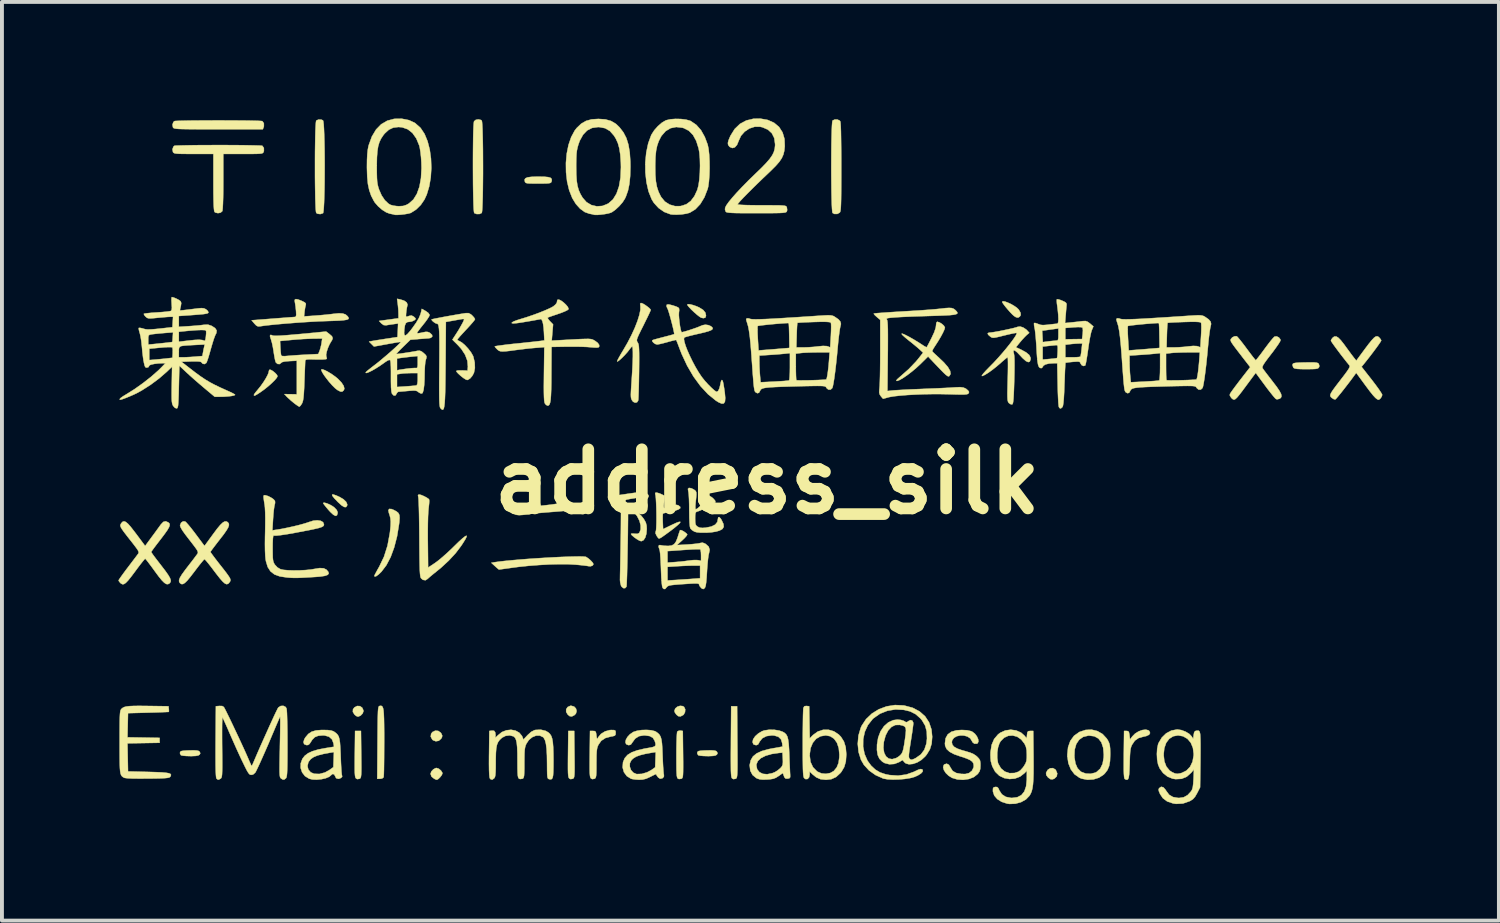
<source format=kicad_pcb>
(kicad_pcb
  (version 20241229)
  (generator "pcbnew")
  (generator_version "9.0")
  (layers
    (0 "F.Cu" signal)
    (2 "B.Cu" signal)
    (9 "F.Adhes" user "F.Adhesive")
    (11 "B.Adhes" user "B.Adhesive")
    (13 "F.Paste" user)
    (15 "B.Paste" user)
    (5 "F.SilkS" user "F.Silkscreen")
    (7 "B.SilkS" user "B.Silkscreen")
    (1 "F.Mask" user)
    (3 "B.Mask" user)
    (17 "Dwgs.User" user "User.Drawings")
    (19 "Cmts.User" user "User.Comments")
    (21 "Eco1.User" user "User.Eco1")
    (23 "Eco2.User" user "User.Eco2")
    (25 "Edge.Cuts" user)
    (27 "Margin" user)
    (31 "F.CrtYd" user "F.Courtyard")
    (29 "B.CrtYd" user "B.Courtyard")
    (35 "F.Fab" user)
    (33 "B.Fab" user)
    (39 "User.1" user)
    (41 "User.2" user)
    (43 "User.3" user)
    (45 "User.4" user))
  (footprint "address_silk"
    (layer "F.Cu")
    (at 16.71 9.356)
    (property "Reference" "address_silk" (at 0 0 0) (layer "F.SilkS") (effects (font (size 1.524 1.524) (thickness 0.3))))
    (attr through_hole)
    (fp_poly (pts (xy -4.974 5.792) (xy -4.926 5.842) (xy -4.909 5.907) (xy -4.927 5.973) (xy -4.964 6.012) (xy -5.032 6.047) (xy -5.088 6.039) (xy -5.136 6) (xy -5.178 5.931) (xy -5.178 5.861) (xy -5.14 5.804) (xy -5.072 5.773) (xy -5.047 5.772) (xy -4.974 5.792)) (stroke (width 0.01) (type solid)) (fill yes) (layer "F.SilkS"))
    (fp_poly (pts (xy -10.489 5.781) (xy -10.431 5.821) (xy -10.401 5.889) (xy -10.399 5.912) (xy -10.421 5.971) (xy -10.472 6.024) (xy -10.534 6.051) (xy -10.544 6.051) (xy -10.585 6.035) (xy -10.628 6) (xy -10.672 5.93) (xy -10.668 5.861) (xy -10.632 5.814) (xy -10.561 5.777) (xy -10.489 5.781)) (stroke (width 0.01) (type solid)) (fill yes) (layer "F.SilkS"))
    (fp_poly (pts (xy -8.473 6.419) (xy -8.408 6.465) (xy -8.393 6.487) (xy -8.37 6.54) (xy -8.377 6.583) (xy -8.399 6.62) (xy -8.459 6.673) (xy -8.535 6.686) (xy -8.607 6.659) (xy -8.628 6.64) (xy -8.666 6.567) (xy -8.656 6.493) (xy -8.621 6.447) (xy -8.55 6.413) (xy -8.473 6.419)) (stroke (width 0.01) (type solid)) (fill yes) (layer "F.SilkS"))
    (fp_poly (pts (xy -2.174 5.781) (xy -2.141 5.802) (xy -2.112 5.862) (xy -2.117 5.936) (xy -2.151 5.999) (xy -2.167 6.012) (xy -2.235 6.047) (xy -2.291 6.039) (xy -2.339 6) (xy -2.377 5.947) (xy -2.39 5.903) (xy -2.368 5.841) (xy -2.313 5.795) (xy -2.242 5.773) (xy -2.174 5.781)) (stroke (width 0.01) (type solid)) (fill yes) (layer "F.SilkS"))
    (fp_poly (pts (xy -11.096 0.357) (xy -11.018 0.392) (xy -10.915 0.452) (xy -10.846 0.518) (xy -10.817 0.583) (xy -10.821 0.619) (xy -10.849 0.655) (xy -10.896 0.652) (xy -10.963 0.61) (xy -11.055 0.526) (xy -11.067 0.514) (xy -11.154 0.423) (xy -11.2 0.363) (xy -11.206 0.332) (xy -11.172 0.331) (xy -11.096 0.357)) (stroke (width 0.01) (type solid)) (fill yes) (layer "F.SilkS"))
    (fp_poly (pts (xy 7.421 7.412) (xy 7.435 7.43) (xy 7.47 7.513) (xy 7.457 7.589) (xy 7.4 7.645) (xy 7.355 7.665) (xy 7.299 7.664) (xy 7.241 7.624) (xy 7.232 7.616) (xy 7.187 7.556) (xy 7.182 7.501) (xy 7.184 7.494) (xy 7.225 7.422) (xy 7.288 7.381) (xy 7.358 7.377) (xy 7.421 7.412)) (stroke (width 0.01) (type solid)) (fill yes) (layer "F.SilkS"))
    (fp_poly (pts (xy -11.337 0.56) (xy -11.261 0.593) (xy -11.187 0.636) (xy -11.147 0.666) (xy -11.087 0.73) (xy -11.065 0.785) (xy -11.065 0.811) (xy -11.082 0.867) (xy -11.118 0.881) (xy -11.174 0.852) (xy -11.252 0.78) (xy -11.302 0.725) (xy -11.366 0.649) (xy -11.413 0.589) (xy -11.437 0.553) (xy -11.437 0.547) (xy -11.401 0.542) (xy -11.337 0.56)) (stroke (width 0.01) (type solid)) (fill yes) (layer "F.SilkS"))
    (fp_poly (pts (xy -8.459 7.393) (xy -8.403 7.439) (xy -8.368 7.495) (xy -8.365 7.514) (xy -8.382 7.556) (xy -8.421 7.608) (xy -8.468 7.655) (xy -8.506 7.677) (xy -8.51 7.678) (xy -8.546 7.666) (xy -8.581 7.648) (xy -8.646 7.596) (xy -8.669 7.531) (xy -8.67 7.52) (xy -8.649 7.462) (xy -8.598 7.408) (xy -8.537 7.376) (xy -8.518 7.373) (xy -8.459 7.393)) (stroke (width 0.01) (type solid)) (fill yes) (layer "F.SilkS"))
    (fp_poly (pts (xy -1.983 -4.567) (xy -1.905 -4.547) (xy -1.817 -4.516) (xy -1.75 -4.486) (xy -1.649 -4.422) (xy -1.593 -4.354) (xy -1.576 -4.276) (xy -1.594 -4.225) (xy -1.645 -4.211) (xy -1.704 -4.225) (xy -1.747 -4.252) (xy -1.811 -4.302) (xy -1.884 -4.366) (xy -1.956 -4.434) (xy -2.015 -4.497) (xy -2.052 -4.543) (xy -2.059 -4.56) (xy -2.038 -4.572) (xy -1.983 -4.567)) (stroke (width 0.01) (type solid)) (fill yes) (layer "F.SilkS"))
    (fp_poly (pts (xy -14.69 6.924) (xy -14.644 6.935) (xy -14.62 6.953) (xy -14.601 6.994) (xy -14.62 7.03) (xy -14.653 7.051) (xy -14.717 7.063) (xy -14.819 7.068) (xy -14.858 7.068) (xy -14.959 7.065) (xy -15.042 7.058) (xy -15.093 7.048) (xy -15.099 7.046) (xy -15.123 7.006) (xy -15.124 6.976) (xy -15.114 6.953) (xy -15.088 6.938) (xy -15.035 6.929) (xy -14.947 6.923) (xy -14.884 6.921) (xy -14.767 6.919) (xy -14.69 6.924)) (stroke (width 0.01) (type solid)) (fill yes) (layer "F.SilkS"))
    (fp_poly (pts (xy -10.456 7.023) (xy -10.454 7.213) (xy -10.453 7.36) (xy -10.454 7.467) (xy -10.457 7.543) (xy -10.463 7.593) (xy -10.471 7.624) (xy -10.483 7.641) (xy -10.497 7.651) (xy -10.556 7.661) (xy -10.587 7.646) (xy -10.6 7.631) (xy -10.61 7.606) (xy -10.617 7.564) (xy -10.622 7.498) (xy -10.624 7.403) (xy -10.624 7.271) (xy -10.623 7.098) (xy -10.622 7.017) (xy -10.615 6.42) (xy -10.463 6.42) (xy -10.456 7.023)) (stroke (width 0.01) (type solid)) (fill yes) (layer "F.SilkS"))
    (fp_poly (pts (xy -4.964 7.023) (xy -4.962 7.213) (xy -4.961 7.36) (xy -4.962 7.467) (xy -4.965 7.543) (xy -4.971 7.593) (xy -4.979 7.624) (xy -4.991 7.641) (xy -5.005 7.651) (xy -5.064 7.661) (xy -5.095 7.646) (xy -5.108 7.631) (xy -5.118 7.606) (xy -5.125 7.564) (xy -5.13 7.498) (xy -5.132 7.403) (xy -5.132 7.271) (xy -5.131 7.098) (xy -5.13 7.017) (xy -5.123 6.42) (xy -4.971 6.42) (xy -4.964 7.023)) (stroke (width 0.01) (type solid)) (fill yes) (layer "F.SilkS"))
    (fp_poly (pts (xy -1.367 6.924) (xy -1.321 6.935) (xy -1.297 6.953) (xy -1.278 6.994) (xy -1.297 7.03) (xy -1.33 7.051) (xy -1.394 7.063) (xy -1.497 7.068) (xy -1.535 7.068) (xy -1.636 7.065) (xy -1.719 7.058) (xy -1.77 7.048) (xy -1.776 7.046) (xy -1.801 7.006) (xy -1.801 6.976) (xy -1.791 6.953) (xy -1.765 6.938) (xy -1.712 6.929) (xy -1.624 6.923) (xy -1.561 6.921) (xy -1.444 6.919) (xy -1.367 6.924)) (stroke (width 0.01) (type solid)) (fill yes) (layer "F.SilkS"))
    (fp_poly (pts (xy 6.122 -4.64) (xy 6.193 -4.614) (xy 6.276 -4.576) (xy 6.358 -4.529) (xy 6.429 -4.48) (xy 6.478 -4.432) (xy 6.481 -4.427) (xy 6.525 -4.349) (xy 6.529 -4.29) (xy 6.504 -4.251) (xy 6.461 -4.225) (xy 6.409 -4.235) (xy 6.362 -4.264) (xy 6.318 -4.302) (xy 6.259 -4.363) (xy 6.194 -4.437) (xy 6.131 -4.512) (xy 6.082 -4.577) (xy 6.054 -4.621) (xy 6.051 -4.63) (xy 6.071 -4.647) (xy 6.122 -4.64)) (stroke (width 0.01) (type solid)) (fill yes) (layer "F.SilkS"))
    (fp_poly (pts (xy -11.386 -2.868) (xy -11.304 -2.824) (xy -11.214 -2.769) (xy -11.126 -2.706) (xy -11.062 -2.654) (xy -10.966 -2.555) (xy -10.908 -2.466) (xy -10.891 -2.394) (xy -10.908 -2.352) (xy -10.946 -2.32) (xy -10.992 -2.321) (xy -11.059 -2.355) (xy -11.075 -2.365) (xy -11.135 -2.413) (xy -11.206 -2.484) (xy -11.281 -2.569) (xy -11.353 -2.66) (xy -11.416 -2.746) (xy -11.462 -2.82) (xy -11.484 -2.873) (xy -11.482 -2.892) (xy -11.449 -2.892) (xy -11.386 -2.868)) (stroke (width 0.01) (type solid)) (fill yes) (layer "F.SilkS"))
    (fp_poly (pts (xy -5.74 -7.854) (xy -5.64 -7.844) (xy -5.579 -7.826) (xy -5.551 -7.796) (xy -5.549 -7.753) (xy -5.555 -7.731) (xy -5.565 -7.709) (xy -5.584 -7.695) (xy -5.622 -7.686) (xy -5.686 -7.681) (xy -5.786 -7.679) (xy -5.899 -7.678) (xy -6.033 -7.679) (xy -6.125 -7.681) (xy -6.184 -7.686) (xy -6.217 -7.696) (xy -6.234 -7.712) (xy -6.243 -7.734) (xy -6.249 -7.781) (xy -6.226 -7.815) (xy -6.171 -7.838) (xy -6.078 -7.851) (xy -5.941 -7.856) (xy -5.884 -7.856) (xy -5.74 -7.854)) (stroke (width 0.01) (type solid)) (fill yes) (layer "F.SilkS"))
    (fp_poly (pts (xy -0.769 6.705) (xy -0.767 6.946) (xy -0.766 7.141) (xy -0.766 7.295) (xy -0.767 7.413) (xy -0.77 7.501) (xy -0.774 7.563) (xy -0.78 7.604) (xy -0.788 7.629) (xy -0.798 7.643) (xy -0.81 7.651) (xy -0.869 7.661) (xy -0.899 7.646) (xy -0.911 7.634) (xy -0.919 7.612) (xy -0.926 7.577) (xy -0.931 7.521) (xy -0.935 7.442) (xy -0.936 7.333) (xy -0.937 7.19) (xy -0.937 7.007) (xy -0.935 6.78) (xy -0.935 6.7) (xy -0.928 5.784) (xy -0.775 5.784) (xy -0.769 6.705)) (stroke (width 0.01) (type solid)) (fill yes) (layer "F.SilkS"))
    (fp_poly (pts (xy 14.085 -3.072) (xy 14.146 -3.066) (xy 14.182 -3.055) (xy 14.203 -3.038) (xy 14.205 -3.036) (xy 14.222 -2.979) (xy 14.211 -2.946) (xy 14.195 -2.926) (xy 14.167 -2.912) (xy 14.117 -2.904) (xy 14.037 -2.9) (xy 13.918 -2.899) (xy 13.885 -2.898) (xy 13.746 -2.9) (xy 13.651 -2.905) (xy 13.591 -2.915) (xy 13.558 -2.93) (xy 13.553 -2.935) (xy 13.531 -2.99) (xy 13.531 -3.018) (xy 13.54 -3.037) (xy 13.563 -3.051) (xy 13.608 -3.06) (xy 13.685 -3.066) (xy 13.8 -3.07) (xy 13.857 -3.071) (xy 13.992 -3.073) (xy 14.085 -3.072)) (stroke (width 0.01) (type solid)) (fill yes) (layer "F.SilkS"))
    (fp_poly (pts (xy -12.784 -2.879) (xy -12.731 -2.848) (xy -12.675 -2.802) (xy -12.63 -2.754) (xy -12.612 -2.717) (xy -12.631 -2.678) (xy -12.682 -2.616) (xy -12.758 -2.541) (xy -12.85 -2.459) (xy -12.949 -2.379) (xy -13.048 -2.308) (xy -13.05 -2.306) (xy -13.135 -2.251) (xy -13.186 -2.222) (xy -13.212 -2.215) (xy -13.221 -2.228) (xy -13.221 -2.234) (xy -13.206 -2.263) (xy -13.165 -2.317) (xy -13.118 -2.373) (xy -13.047 -2.461) (xy -12.976 -2.561) (xy -12.914 -2.66) (xy -12.867 -2.747) (xy -12.842 -2.811) (xy -12.84 -2.826) (xy -12.829 -2.871) (xy -12.818 -2.884) (xy -12.784 -2.879)) (stroke (width 0.01) (type solid)) (fill yes) (layer "F.SilkS"))
    (fp_poly (pts (xy -2.174 6.42) (xy -2.167 7.023) (xy -2.165 7.214) (xy -2.165 7.36) (xy -2.166 7.468) (xy -2.169 7.544) (xy -2.174 7.594) (xy -2.183 7.625) (xy -2.195 7.642) (xy -2.206 7.65) (xy -2.271 7.659) (xy -2.295 7.65) (xy -2.31 7.638) (xy -2.32 7.615) (xy -2.328 7.576) (xy -2.333 7.513) (xy -2.337 7.421) (xy -2.338 7.293) (xy -2.339 7.124) (xy -2.339 7.048) (xy -2.338 6.88) (xy -2.335 6.729) (xy -2.331 6.601) (xy -2.326 6.505) (xy -2.32 6.448) (xy -2.317 6.437) (xy -2.277 6.414) (xy -2.235 6.411) (xy -2.174 6.42)) (stroke (width 0.01) (type solid)) (fill yes) (layer "F.SilkS"))
    (fp_poly (pts (xy -9.927 5.778) (xy -9.908 5.798) (xy -9.893 5.836) (xy -9.882 5.897) (xy -9.875 5.985) (xy -9.87 6.106) (xy -9.867 6.264) (xy -9.865 6.463) (xy -9.865 6.708) (xy -9.865 6.715) (xy -9.866 6.92) (xy -9.867 7.11) (xy -9.869 7.279) (xy -9.871 7.42) (xy -9.874 7.527) (xy -9.878 7.593) (xy -9.88 7.613) (xy -9.917 7.644) (xy -9.97 7.653) (xy -10.044 7.653) (xy -10.037 6.719) (xy -10.035 6.476) (xy -10.033 6.28) (xy -10.031 6.124) (xy -10.028 6.005) (xy -10.025 5.917) (xy -10.02 5.856) (xy -10.013 5.816) (xy -10.005 5.792) (xy -9.995 5.781) (xy -9.983 5.776) (xy -9.981 5.776) (xy -9.951 5.772) (xy -9.927 5.778)) (stroke (width 0.01) (type solid)) (fill yes) (layer "F.SilkS"))
    (fp_poly (pts (xy -9.68 0.704) (xy -9.628 0.724) (xy -9.55 0.765) (xy -9.5 0.806) (xy -9.474 0.859) (xy -9.468 0.934) (xy -9.476 1.044) (xy -9.483 1.098) (xy -9.534 1.409) (xy -9.607 1.691) (xy -9.698 1.94) (xy -9.808 2.15) (xy -9.933 2.315) (xy -9.935 2.318) (xy -10.008 2.388) (xy -10.067 2.432) (xy -10.107 2.444) (xy -10.119 2.425) (xy -10.107 2.398) (xy -10.075 2.337) (xy -10.029 2.252) (xy -9.993 2.19) (xy -9.869 1.931) (xy -9.779 1.646) (xy -9.72 1.326) (xy -9.714 1.28) (xy -9.7 1.137) (xy -9.697 1.028) (xy -9.705 0.94) (xy -9.726 0.857) (xy -9.744 0.806) (xy -9.758 0.736) (xy -9.736 0.702) (xy -9.68 0.704)) (stroke (width 0.01) (type solid)) (fill yes) (layer "F.SilkS"))
    (fp_poly (pts (xy -13.924 -9.304) (xy -13.722 -9.303) (xy -13.533 -9.302) (xy -13.363 -9.3) (xy -13.219 -9.297) (xy -13.106 -9.294) (xy -13.032 -9.29) (xy -13.003 -9.286) (xy -12.964 -9.231) (xy -12.963 -9.155) (xy -12.969 -9.134) (xy -12.991 -9.077) (xy -14.135 -9.077) (xy -14.406 -9.077) (xy -14.631 -9.077) (xy -14.813 -9.078) (xy -14.959 -9.08) (xy -15.071 -9.082) (xy -15.155 -9.085) (xy -15.215 -9.09) (xy -15.255 -9.096) (xy -15.28 -9.103) (xy -15.295 -9.112) (xy -15.304 -9.123) (xy -15.305 -9.126) (xy -15.318 -9.195) (xy -15.295 -9.261) (xy -15.27 -9.286) (xy -15.239 -9.291) (xy -15.163 -9.294) (xy -15.05 -9.297) (xy -14.904 -9.3) (xy -14.733 -9.302) (xy -14.544 -9.303) (xy -14.341 -9.304) (xy -14.133 -9.305) (xy -13.924 -9.304)) (stroke (width 0.01) (type solid)) (fill yes) (layer "F.SilkS"))
    (fp_poly (pts (xy -5.143 0.528) (xy -5.119 0.535) (xy -5.053 0.568) (xy -4.995 0.61) (xy -4.962 0.647) (xy -4.958 0.659) (xy -4.964 0.685) (xy -4.985 0.706) (xy -5.026 0.723) (xy -5.095 0.737) (xy -5.196 0.75) (xy -5.336 0.763) (xy -5.5 0.776) (xy -5.668 0.789) (xy -5.831 0.803) (xy -5.977 0.817) (xy -6.096 0.829) (xy -6.172 0.839) (xy -6.3 0.856) (xy -6.388 0.862) (xy -6.449 0.856) (xy -6.494 0.836) (xy -6.533 0.8) (xy -6.549 0.782) (xy -6.619 0.699) (xy -6.468 0.681) (xy -6.393 0.673) (xy -6.278 0.662) (xy -6.137 0.648) (xy -5.981 0.633) (xy -5.863 0.623) (xy -5.708 0.607) (xy -5.562 0.59) (xy -5.437 0.572) (xy -5.344 0.556) (xy -5.3 0.545) (xy -5.212 0.523) (xy -5.143 0.528)) (stroke (width 0.01) (type solid)) (fill yes) (layer "F.SilkS"))
    (fp_poly (pts (xy -11.483 -9.324) (xy -11.441 -9.306) (xy -11.432 -9.275) (xy -11.423 -9.2) (xy -11.416 -9.085) (xy -11.41 -8.939) (xy -11.405 -8.767) (xy -11.401 -8.574) (xy -11.399 -8.368) (xy -11.398 -8.155) (xy -11.399 -7.94) (xy -11.4 -7.731) (xy -11.403 -7.532) (xy -11.408 -7.351) (xy -11.413 -7.193) (xy -11.42 -7.065) (xy -11.428 -6.972) (xy -11.437 -6.922) (xy -11.441 -6.915) (xy -11.511 -6.892) (xy -11.582 -6.901) (xy -11.614 -6.921) (xy -11.622 -6.953) (xy -11.629 -7.03) (xy -11.634 -7.146) (xy -11.639 -7.293) (xy -11.642 -7.467) (xy -11.645 -7.66) (xy -11.647 -7.866) (xy -11.647 -8.08) (xy -11.647 -8.294) (xy -11.646 -8.503) (xy -11.643 -8.701) (xy -11.64 -8.881) (xy -11.636 -9.036) (xy -11.63 -9.161) (xy -11.624 -9.25) (xy -11.617 -9.296) (xy -11.614 -9.301) (xy -11.556 -9.327) (xy -11.483 -9.324)) (stroke (width 0.01) (type solid)) (fill yes) (layer "F.SilkS"))
    (fp_poly (pts (xy 9.819 6.404) (xy 9.841 6.422) (xy 9.861 6.473) (xy 9.834 6.518) (xy 9.764 6.551) (xy 9.699 6.565) (xy 9.567 6.601) (xy 9.468 6.67) (xy 9.395 6.778) (xy 9.374 6.826) (xy 9.359 6.882) (xy 9.349 6.956) (xy 9.342 7.059) (xy 9.337 7.199) (xy 9.336 7.259) (xy 9.33 7.424) (xy 9.322 7.543) (xy 9.31 7.622) (xy 9.291 7.665) (xy 9.264 7.679) (xy 9.228 7.668) (xy 9.21 7.657) (xy 9.199 7.639) (xy 9.192 7.596) (xy 9.186 7.523) (xy 9.183 7.415) (xy 9.183 7.267) (xy 9.184 7.075) (xy 9.184 7.028) (xy 9.191 6.42) (xy 9.255 6.42) (xy 9.296 6.426) (xy 9.317 6.454) (xy 9.329 6.516) (xy 9.331 6.531) (xy 9.344 6.641) (xy 9.404 6.56) (xy 9.475 6.488) (xy 9.565 6.432) (xy 9.661 6.397) (xy 9.75 6.386) (xy 9.819 6.404)) (stroke (width 0.01) (type solid)) (fill yes) (layer "F.SilkS"))
    (fp_poly (pts (xy -7.374 -9.316) (xy -7.353 -9.301) (xy -7.345 -9.268) (xy -7.339 -9.191) (xy -7.333 -9.076) (xy -7.329 -8.928) (xy -7.325 -8.755) (xy -7.322 -8.562) (xy -7.321 -8.355) (xy -7.32 -8.142) (xy -7.32 -7.927) (xy -7.322 -7.718) (xy -7.324 -7.521) (xy -7.327 -7.341) (xy -7.332 -7.185) (xy -7.337 -7.06) (xy -7.343 -6.971) (xy -7.351 -6.925) (xy -7.353 -6.921) (xy -7.408 -6.895) (xy -7.48 -6.893) (xy -7.54 -6.915) (xy -7.546 -6.921) (xy -7.553 -6.953) (xy -7.56 -7.029) (xy -7.565 -7.144) (xy -7.569 -7.291) (xy -7.573 -7.463) (xy -7.576 -7.656) (xy -7.577 -7.861) (xy -7.578 -8.074) (xy -7.578 -8.287) (xy -7.577 -8.495) (xy -7.575 -8.692) (xy -7.573 -8.87) (xy -7.569 -9.025) (xy -7.564 -9.148) (xy -7.558 -9.235) (xy -7.551 -9.28) (xy -7.55 -9.282) (xy -7.506 -9.319) (xy -7.439 -9.331) (xy -7.374 -9.316)) (stroke (width 0.01) (type solid)) (fill yes) (layer "F.SilkS"))
    (fp_poly (pts (xy 1.808 -9.327) (xy 1.865 -9.301) (xy 1.881 -9.282) (xy 1.888 -9.243) (xy 1.894 -9.154) (xy 1.899 -9.017) (xy 1.902 -8.834) (xy 1.905 -8.605) (xy 1.907 -8.333) (xy 1.907 -8.101) (xy 1.907 -7.829) (xy 1.906 -7.602) (xy 1.905 -7.418) (xy 1.903 -7.271) (xy 1.9 -7.158) (xy 1.896 -7.073) (xy 1.891 -7.012) (xy 1.885 -6.971) (xy 1.877 -6.945) (xy 1.867 -6.931) (xy 1.867 -6.93) (xy 1.805 -6.896) (xy 1.733 -6.895) (xy 1.683 -6.921) (xy 1.676 -6.953) (xy 1.669 -7.03) (xy 1.663 -7.146) (xy 1.659 -7.293) (xy 1.655 -7.467) (xy 1.653 -7.66) (xy 1.651 -7.866) (xy 1.65 -8.08) (xy 1.651 -8.294) (xy 1.652 -8.503) (xy 1.654 -8.701) (xy 1.658 -8.881) (xy 1.662 -9.036) (xy 1.667 -9.161) (xy 1.674 -9.25) (xy 1.681 -9.296) (xy 1.683 -9.301) (xy 1.74 -9.328) (xy 1.808 -9.327)) (stroke (width 0.01) (type solid)) (fill yes) (layer "F.SilkS"))
    (fp_poly (pts (xy -4.728 1.929) (xy -4.673 1.935) (xy -4.667 1.937) (xy -4.606 1.977) (xy -4.544 2.031) (xy -4.496 2.084) (xy -4.475 2.124) (xy -4.475 2.125) (xy -4.497 2.16) (xy -4.547 2.179) (xy -4.599 2.176) (xy -4.64 2.169) (xy -4.719 2.159) (xy -4.826 2.147) (xy -4.939 2.137) (xy -5.126 2.126) (xy -5.351 2.125) (xy -5.604 2.131) (xy -5.872 2.146) (xy -6.144 2.167) (xy -6.409 2.195) (xy -6.546 2.213) (xy -6.674 2.231) (xy -6.783 2.246) (xy -6.863 2.257) (xy -6.905 2.262) (xy -6.909 2.263) (xy -6.93 2.247) (xy -6.977 2.207) (xy -7.011 2.176) (xy -7.106 2.089) (xy -7.017 2.074) (xy -6.902 2.058) (xy -6.753 2.041) (xy -6.577 2.024) (xy -6.381 2.007) (xy -6.17 1.99) (xy -5.951 1.975) (xy -5.731 1.961) (xy -5.515 1.949) (xy -5.31 1.939) (xy -5.123 1.932) (xy -4.959 1.928) (xy -4.825 1.926) (xy -4.728 1.929)) (stroke (width 0.01) (type solid)) (fill yes) (layer "F.SilkS"))
    (fp_poly (pts (xy -3.949 6.397) (xy -3.915 6.408) (xy -3.904 6.438) (xy -3.903 6.47) (xy -3.907 6.517) (xy -3.928 6.542) (xy -3.98 6.557) (xy -4.022 6.563) (xy -4.167 6.602) (xy -4.275 6.673) (xy -4.348 6.777) (xy -4.369 6.826) (xy -4.383 6.88) (xy -4.392 6.951) (xy -4.397 7.047) (xy -4.398 7.18) (xy -4.399 7.253) (xy -4.399 7.399) (xy -4.401 7.503) (xy -4.406 7.572) (xy -4.415 7.614) (xy -4.428 7.638) (xy -4.446 7.651) (xy -4.505 7.661) (xy -4.535 7.646) (xy -4.549 7.631) (xy -4.559 7.606) (xy -4.566 7.564) (xy -4.571 7.498) (xy -4.573 7.403) (xy -4.573 7.271) (xy -4.572 7.098) (xy -4.571 7.017) (xy -4.564 6.42) (xy -4.488 6.42) (xy -4.44 6.424) (xy -4.415 6.446) (xy -4.403 6.499) (xy -4.399 6.532) (xy -4.39 6.6) (xy -4.381 6.623) (xy -4.366 6.607) (xy -4.353 6.583) (xy -4.281 6.496) (xy -4.176 6.431) (xy -4.056 6.398) (xy -4.021 6.396) (xy -3.949 6.397)) (stroke (width 0.01) (type solid)) (fill yes) (layer "F.SilkS"))
    (fp_poly (pts (xy 8.506 6.424) (xy 8.639 6.501) (xy 8.746 6.617) (xy 8.778 6.669) (xy 8.806 6.729) (xy 8.823 6.791) (xy 8.832 6.872) (xy 8.835 6.984) (xy 8.835 7.03) (xy 8.829 7.196) (xy 8.806 7.324) (xy 8.763 7.427) (xy 8.696 7.514) (xy 8.666 7.544) (xy 8.547 7.623) (xy 8.403 7.668) (xy 8.249 7.677) (xy 8.1 7.649) (xy 8.04 7.624) (xy 7.914 7.535) (xy 7.819 7.408) (xy 7.756 7.25) (xy 7.731 7.075) (xy 7.911 7.075) (xy 7.913 7.102) (xy 7.94 7.26) (xy 7.992 7.379) (xy 8.073 7.463) (xy 8.093 7.476) (xy 8.204 7.517) (xy 8.33 7.523) (xy 8.449 7.494) (xy 8.487 7.474) (xy 8.578 7.39) (xy 8.638 7.266) (xy 8.666 7.104) (xy 8.669 7.03) (xy 8.653 6.853) (xy 8.607 6.714) (xy 8.53 6.615) (xy 8.425 6.557) (xy 8.291 6.54) (xy 8.269 6.541) (xy 8.137 6.573) (xy 8.034 6.646) (xy 7.96 6.756) (xy 7.919 6.9) (xy 7.911 7.075) (xy 7.731 7.075) (xy 7.73 7.067) (xy 7.729 7.032) (xy 7.749 6.838) (xy 7.807 6.675) (xy 7.902 6.545) (xy 8.035 6.45) (xy 8.042 6.446) (xy 8.199 6.394) (xy 8.356 6.387) (xy 8.506 6.424)) (stroke (width 0.01) (type solid)) (fill yes) (layer "F.SilkS"))
    (fp_poly (pts (xy -13.904 -8.669) (xy -13.686 -8.668) (xy -13.49 -8.666) (xy -13.319 -8.663) (xy -13.18 -8.66) (xy -13.078 -8.657) (xy -13.017 -8.653) (xy -13.003 -8.651) (xy -12.964 -8.595) (xy -12.963 -8.519) (xy -12.969 -8.498) (xy -12.978 -8.479) (xy -12.992 -8.465) (xy -13.017 -8.454) (xy -13.062 -8.448) (xy -13.132 -8.444) (xy -13.235 -8.442) (xy -13.377 -8.441) (xy -13.5 -8.441) (xy -14.009 -8.441) (xy -14.009 -7.728) (xy -14.01 -7.503) (xy -14.013 -7.312) (xy -14.018 -7.159) (xy -14.024 -7.047) (xy -14.031 -6.98) (xy -14.036 -6.965) (xy -14.081 -6.928) (xy -14.147 -6.916) (xy -14.212 -6.931) (xy -14.233 -6.946) (xy -14.243 -6.972) (xy -14.25 -7.029) (xy -14.256 -7.121) (xy -14.26 -7.252) (xy -14.263 -7.426) (xy -14.264 -7.647) (xy -14.264 -7.709) (xy -14.264 -8.441) (xy -14.771 -8.441) (xy -14.945 -8.442) (xy -15.074 -8.443) (xy -15.166 -8.446) (xy -15.228 -8.451) (xy -15.267 -8.459) (xy -15.29 -8.471) (xy -15.303 -8.486) (xy -15.305 -8.49) (xy -15.318 -8.559) (xy -15.295 -8.626) (xy -15.27 -8.651) (xy -15.239 -8.655) (xy -15.163 -8.658) (xy -15.047 -8.661) (xy -14.896 -8.664) (xy -14.716 -8.667) (xy -14.511 -8.668) (xy -14.288 -8.669) (xy -14.137 -8.669) (xy -13.904 -8.669)) (stroke (width 0.01) (type solid)) (fill yes) (layer "F.SilkS"))
    (fp_poly (pts (xy -12.082 -4.693) (xy -11.983 -4.654) (xy -11.979 -4.652) (xy -11.912 -4.618) (xy -11.884 -4.59) (xy -11.883 -4.556) (xy -11.887 -4.545) (xy -11.901 -4.484) (xy -11.914 -4.4) (xy -11.917 -4.372) (xy -11.929 -4.257) (xy -11.653 -4.276) (xy -11.512 -4.287) (xy -11.362 -4.301) (xy -11.228 -4.316) (xy -11.174 -4.323) (xy -11.034 -4.337) (xy -10.932 -4.331) (xy -10.859 -4.306) (xy -10.808 -4.262) (xy -10.785 -4.229) (xy -10.779 -4.203) (xy -10.794 -4.184) (xy -10.836 -4.169) (xy -10.91 -4.158) (xy -11.02 -4.149) (xy -11.172 -4.143) (xy -11.369 -4.136) (xy -11.369 -4.136) (xy -11.545 -4.13) (xy -11.745 -4.119) (xy -11.959 -4.106) (xy -12.18 -4.09) (xy -12.397 -4.073) (xy -12.601 -4.055) (xy -12.783 -4.037) (xy -12.935 -4.02) (xy -13.046 -4.004) (xy -13.058 -4.002) (xy -13.115 -3.999) (xy -13.16 -4.022) (xy -13.208 -4.072) (xy -13.28 -4.157) (xy -12.736 -4.199) (xy -12.573 -4.212) (xy -12.427 -4.223) (xy -12.304 -4.233) (xy -12.214 -4.239) (xy -12.163 -4.243) (xy -12.157 -4.244) (xy -12.138 -4.257) (xy -12.131 -4.298) (xy -12.134 -4.379) (xy -12.136 -4.405) (xy -12.146 -4.502) (xy -12.159 -4.589) (xy -12.167 -4.634) (xy -12.17 -4.683) (xy -12.143 -4.703) (xy -12.082 -4.693)) (stroke (width 0.01) (type solid)) (fill yes) (layer "F.SilkS"))
    (fp_poly (pts (xy -2.78 0.3) (xy -2.729 0.321) (xy -2.641 0.363) (xy -2.658 0.525) (xy -2.665 0.625) (xy -2.659 0.677) (xy -2.648 0.686) (xy -2.611 0.678) (xy -2.543 0.656) (xy -2.481 0.634) (xy -2.392 0.605) (xy -2.334 0.597) (xy -2.29 0.609) (xy -2.288 0.61) (xy -2.24 0.649) (xy -2.242 0.686) (xy -2.295 0.72) (xy -2.398 0.753) (xy -2.462 0.767) (xy -2.56 0.787) (xy -2.637 0.806) (xy -2.68 0.818) (xy -2.686 0.821) (xy -2.69 0.85) (xy -2.692 0.917) (xy -2.691 1.008) (xy -2.69 1.027) (xy -2.682 1.222) (xy -2.469 1.119) (xy -2.349 1.063) (xy -2.271 1.035) (xy -2.237 1.034) (xy -2.245 1.059) (xy -2.297 1.111) (xy -2.391 1.19) (xy -2.475 1.255) (xy -2.566 1.322) (xy -2.65 1.383) (xy -2.712 1.427) (xy -2.726 1.436) (xy -2.772 1.462) (xy -2.801 1.459) (xy -2.83 1.42) (xy -2.846 1.396) (xy -2.878 1.328) (xy -2.873 1.284) (xy -2.87 1.281) (xy -2.862 1.246) (xy -2.857 1.17) (xy -2.853 1.064) (xy -2.852 0.937) (xy -2.853 0.801) (xy -2.856 0.664) (xy -2.861 0.538) (xy -2.867 0.432) (xy -2.875 0.356) (xy -2.883 0.324) (xy -2.886 0.289) (xy -2.85 0.28) (xy -2.78 0.3)) (stroke (width 0.01) (type solid)) (fill yes) (layer "F.SilkS"))
    (fp_poly (pts (xy -8.914 0.342) (xy -8.843 0.372) (xy -8.772 0.409) (xy -8.721 0.444) (xy -8.709 0.457) (xy -8.704 0.493) (xy -8.708 0.565) (xy -8.718 0.659) (xy -8.721 0.68) (xy -8.729 0.77) (xy -8.736 0.903) (xy -8.74 1.071) (xy -8.742 1.266) (xy -8.742 1.48) (xy -8.741 1.545) (xy -8.734 2.212) (xy -8.556 2.094) (xy -8.475 2.034) (xy -8.369 1.946) (xy -8.251 1.842) (xy -8.131 1.73) (xy -8.075 1.675) (xy -7.943 1.546) (xy -7.844 1.456) (xy -7.777 1.404) (xy -7.744 1.391) (xy -7.742 1.416) (xy -7.773 1.48) (xy -7.835 1.581) (xy -7.887 1.659) (xy -8.026 1.842) (xy -8.2 2.03) (xy -8.394 2.21) (xy -8.507 2.303) (xy -8.597 2.375) (xy -8.674 2.439) (xy -8.728 2.486) (xy -8.746 2.503) (xy -8.802 2.539) (xy -8.867 2.528) (xy -8.909 2.494) (xy -8.921 2.478) (xy -8.93 2.453) (xy -8.937 2.416) (xy -8.943 2.36) (xy -8.948 2.28) (xy -8.951 2.173) (xy -8.954 2.033) (xy -8.956 1.855) (xy -8.958 1.635) (xy -8.959 1.458) (xy -8.961 1.236) (xy -8.964 1.028) (xy -8.967 0.84) (xy -8.971 0.677) (xy -8.976 0.546) (xy -8.98 0.454) (xy -8.985 0.404) (xy -8.986 0.4) (xy -8.995 0.35) (xy -8.978 0.332) (xy -8.964 0.331) (xy -8.914 0.342)) (stroke (width 0.01) (type solid)) (fill yes) (layer "F.SilkS"))
    (fp_poly (pts (xy -16 5.776) (xy -15.916 5.777) (xy -15.421 5.784) (xy -15.412 5.854) (xy -15.409 5.907) (xy -15.412 5.929) (xy -15.439 5.931) (xy -15.509 5.934) (xy -15.614 5.938) (xy -15.747 5.943) (xy -15.901 5.947) (xy -15.942 5.948) (xy -16.463 5.962) (xy -16.477 6.584) (xy -16.063 6.591) (xy -15.649 6.598) (xy -15.649 6.725) (xy -16.063 6.732) (xy -16.477 6.739) (xy -16.463 7.462) (xy -15.937 7.475) (xy -15.742 7.481) (xy -15.592 7.487) (xy -15.484 7.497) (xy -15.412 7.509) (xy -15.371 7.526) (xy -15.356 7.548) (xy -15.362 7.577) (xy -15.373 7.597) (xy -15.387 7.611) (xy -15.412 7.622) (xy -15.454 7.63) (xy -15.521 7.636) (xy -15.618 7.641) (xy -15.753 7.644) (xy -15.931 7.646) (xy -15.957 7.646) (xy -16.179 7.647) (xy -16.352 7.645) (xy -16.475 7.639) (xy -16.547 7.63) (xy -16.565 7.624) (xy -16.596 7.606) (xy -16.62 7.586) (xy -16.64 7.558) (xy -16.654 7.518) (xy -16.665 7.459) (xy -16.672 7.376) (xy -16.676 7.264) (xy -16.678 7.117) (xy -16.679 6.93) (xy -16.679 6.707) (xy -16.679 6.483) (xy -16.678 6.303) (xy -16.677 6.164) (xy -16.674 6.059) (xy -16.67 5.982) (xy -16.664 5.929) (xy -16.656 5.893) (xy -16.646 5.87) (xy -16.633 5.853) (xy -16.63 5.849) (xy -16.598 5.824) (xy -16.559 5.804) (xy -16.504 5.79) (xy -16.427 5.781) (xy -16.322 5.776) (xy -16.182 5.774) (xy -16 5.776)) (stroke (width 0.01) (type solid)) (fill yes) (layer "F.SilkS"))
    (fp_poly (pts (xy 4.435 -4.103) (xy 4.498 -4.065) (xy 4.551 -4.017) (xy 4.576 -3.973) (xy 4.577 -3.969) (xy 4.563 -3.919) (xy 4.526 -3.837) (xy 4.471 -3.734) (xy 4.403 -3.62) (xy 4.329 -3.505) (xy 4.323 -3.496) (xy 4.28 -3.429) (xy 4.254 -3.378) (xy 4.251 -3.359) (xy 4.272 -3.334) (xy 4.323 -3.285) (xy 4.39 -3.223) (xy 4.398 -3.216) (xy 4.549 -3.073) (xy 4.653 -2.953) (xy 4.711 -2.853) (xy 4.723 -2.775) (xy 4.69 -2.72) (xy 4.67 -2.712) (xy 4.643 -2.721) (xy 4.601 -2.752) (xy 4.54 -2.809) (xy 4.454 -2.897) (xy 4.397 -2.956) (xy 4.143 -3.224) (xy 3.946 -3.029) (xy 3.84 -2.931) (xy 3.726 -2.835) (xy 3.611 -2.747) (xy 3.505 -2.674) (xy 3.416 -2.622) (xy 3.352 -2.596) (xy 3.338 -2.595) (xy 3.324 -2.606) (xy 3.35 -2.64) (xy 3.407 -2.69) (xy 3.643 -2.898) (xy 3.833 -3.096) (xy 3.898 -3.175) (xy 4.015 -3.323) (xy 3.933 -3.399) (xy 3.875 -3.451) (xy 3.792 -3.52) (xy 3.699 -3.596) (xy 3.669 -3.619) (xy 3.557 -3.71) (xy 3.488 -3.772) (xy 3.46 -3.807) (xy 3.474 -3.814) (xy 3.531 -3.793) (xy 3.63 -3.743) (xy 3.678 -3.717) (xy 3.784 -3.656) (xy 3.891 -3.591) (xy 3.976 -3.536) (xy 4.042 -3.493) (xy 4.091 -3.467) (xy 4.107 -3.463) (xy 4.122 -3.488) (xy 4.155 -3.549) (xy 4.199 -3.635) (xy 4.232 -3.699) (xy 4.303 -3.852) (xy 4.341 -3.968) (xy 4.348 -4.022) (xy 4.355 -4.091) (xy 4.377 -4.119) (xy 4.38 -4.119) (xy 4.435 -4.103)) (stroke (width 0.01) (type solid)) (fill yes) (layer "F.SilkS"))
    (fp_poly (pts (xy -3.206 -4.588) (xy -3.146 -4.553) (xy -3.082 -4.507) (xy -3.028 -4.462) (xy -3.001 -4.429) (xy -3 -4.424) (xy -3.011 -4.394) (xy -3.041 -4.327) (xy -3.087 -4.231) (xy -3.145 -4.114) (xy -3.189 -4.024) (xy -3.259 -3.885) (xy -3.308 -3.784) (xy -3.339 -3.714) (xy -3.355 -3.666) (xy -3.357 -3.633) (xy -3.35 -3.607) (xy -3.336 -3.585) (xy -3.323 -3.561) (xy -3.313 -3.528) (xy -3.306 -3.48) (xy -3.302 -3.411) (xy -3.299 -3.315) (xy -3.298 -3.186) (xy -3.299 -3.017) (xy -3.301 -2.835) (xy -3.304 -2.65) (xy -3.307 -2.48) (xy -3.311 -2.332) (xy -3.315 -2.213) (xy -3.319 -2.13) (xy -3.323 -2.091) (xy -3.353 -2.045) (xy -3.403 -2.035) (xy -3.454 -2.059) (xy -3.481 -2.094) (xy -3.495 -2.122) (xy -3.505 -2.15) (xy -3.51 -2.188) (xy -3.512 -2.242) (xy -3.509 -2.32) (xy -3.503 -2.429) (xy -3.493 -2.578) (xy -3.487 -2.67) (xy -3.474 -2.876) (xy -3.465 -3.061) (xy -3.46 -3.219) (xy -3.46 -3.345) (xy -3.464 -3.433) (xy -3.472 -3.478) (xy -3.477 -3.483) (xy -3.502 -3.464) (xy -3.541 -3.416) (xy -3.552 -3.4) (xy -3.599 -3.339) (xy -3.66 -3.271) (xy -3.725 -3.204) (xy -3.786 -3.147) (xy -3.834 -3.108) (xy -3.862 -3.095) (xy -3.865 -3.1) (xy -3.852 -3.135) (xy -3.817 -3.202) (xy -3.766 -3.292) (xy -3.712 -3.381) (xy -3.599 -3.576) (xy -3.497 -3.773) (xy -3.41 -3.963) (xy -3.341 -4.14) (xy -3.292 -4.297) (xy -3.266 -4.426) (xy -3.266 -4.521) (xy -3.267 -4.527) (xy -3.273 -4.582) (xy -3.254 -4.602) (xy -3.248 -4.602) (xy -3.206 -4.588)) (stroke (width 0.01) (type solid)) (fill yes) (layer "F.SilkS"))
    (fp_poly (pts (xy -1.957 0.169) (xy -1.901 0.196) (xy -1.863 0.22) (xy -1.839 0.244) (xy -1.826 0.278) (xy -1.824 0.333) (xy -1.831 0.419) (xy -1.844 0.54) (xy -1.851 0.633) (xy -1.849 0.693) (xy -1.84 0.712) (xy -1.803 0.694) (xy -1.747 0.647) (xy -1.682 0.583) (xy -1.621 0.515) (xy -1.573 0.454) (xy -1.551 0.411) (xy -1.551 0.407) (xy -1.536 0.365) (xy -1.495 0.362) (xy -1.43 0.399) (xy -1.395 0.428) (xy -1.343 0.486) (xy -1.332 0.528) (xy -1.334 0.532) (xy -1.364 0.556) (xy -1.429 0.595) (xy -1.515 0.641) (xy -1.609 0.688) (xy -1.699 0.73) (xy -1.773 0.76) (xy -1.803 0.769) (xy -1.832 0.783) (xy -1.848 0.811) (xy -1.855 0.868) (xy -1.856 0.95) (xy -1.854 1.043) (xy -1.845 1.099) (xy -1.825 1.134) (xy -1.792 1.16) (xy -1.737 1.185) (xy -1.666 1.191) (xy -1.586 1.185) (xy -1.44 1.156) (xy -1.34 1.107) (xy -1.285 1.038) (xy -1.272 0.974) (xy -1.262 0.919) (xy -1.237 0.911) (xy -1.199 0.949) (xy -1.174 0.99) (xy -1.127 1.09) (xy -1.12 1.163) (xy -1.152 1.217) (xy -1.227 1.259) (xy -1.321 1.286) (xy -1.443 1.305) (xy -1.575 1.314) (xy -1.703 1.314) (xy -1.81 1.304) (xy -1.873 1.287) (xy -1.937 1.247) (xy -1.98 1.201) (xy -1.981 1.199) (xy -1.992 1.153) (xy -2 1.064) (xy -2.006 0.938) (xy -2.008 0.782) (xy -2.009 0.728) (xy -2.01 0.582) (xy -2.014 0.45) (xy -2.02 0.341) (xy -2.028 0.267) (xy -2.034 0.242) (xy -2.042 0.185) (xy -2.015 0.16) (xy -1.957 0.169)) (stroke (width 0.01) (type solid)) (fill yes) (layer "F.SilkS"))
    (fp_poly (pts (xy 1.014 5.777) (xy 1.081 5.784) (xy 1.088 6.198) (xy 1.095 6.611) (xy 1.182 6.523) (xy 1.303 6.435) (xy 1.439 6.391) (xy 1.581 6.39) (xy 1.72 6.431) (xy 1.844 6.514) (xy 1.899 6.571) (xy 1.976 6.693) (xy 2.021 6.837) (xy 2.037 7.013) (xy 2.037 7.03) (xy 2.025 7.205) (xy 1.984 7.348) (xy 1.911 7.472) (xy 1.885 7.504) (xy 1.774 7.606) (xy 1.651 7.662) (xy 1.515 7.678) (xy 1.377 7.664) (xy 1.264 7.615) (xy 1.176 7.545) (xy 1.093 7.465) (xy 1.093 7.545) (xy 1.078 7.616) (xy 1.04 7.657) (xy 0.99 7.661) (xy 0.955 7.638) (xy 0.944 7.622) (xy 0.936 7.594) (xy 0.929 7.549) (xy 0.924 7.482) (xy 0.92 7.388) (xy 0.918 7.261) (xy 0.916 7.097) (xy 0.916 7.052) (xy 1.094 7.052) (xy 1.115 7.217) (xy 1.178 7.353) (xy 1.282 7.46) (xy 1.297 7.47) (xy 1.397 7.513) (xy 1.512 7.524) (xy 1.624 7.503) (xy 1.713 7.453) (xy 1.715 7.451) (xy 1.791 7.358) (xy 1.837 7.244) (xy 1.857 7.098) (xy 1.859 7.031) (xy 1.843 6.863) (xy 1.796 6.725) (xy 1.722 6.621) (xy 1.623 6.556) (xy 1.508 6.534) (xy 1.373 6.557) (xy 1.26 6.622) (xy 1.174 6.726) (xy 1.117 6.862) (xy 1.094 7.027) (xy 1.094 7.052) (xy 0.916 7.052) (xy 0.916 6.89) (xy 0.916 6.742) (xy 0.916 6.536) (xy 0.918 6.344) (xy 0.92 6.173) (xy 0.922 6.03) (xy 0.926 5.919) (xy 0.929 5.849) (xy 0.932 5.827) (xy 0.956 5.784) (xy 1.007 5.776) (xy 1.014 5.777)) (stroke (width 0.01) (type solid)) (fill yes) (layer "F.SilkS"))
    (fp_poly (pts (xy 5.148 6.402) (xy 5.248 6.425) (xy 5.282 6.44) (xy 5.349 6.492) (xy 5.401 6.56) (xy 5.433 6.632) (xy 5.44 6.696) (xy 5.417 6.739) (xy 5.403 6.747) (xy 5.336 6.749) (xy 5.286 6.709) (xy 5.275 6.685) (xy 5.23 6.612) (xy 5.157 6.563) (xy 5.067 6.538) (xy 4.971 6.536) (xy 4.881 6.556) (xy 4.808 6.599) (xy 4.763 6.662) (xy 4.755 6.712) (xy 4.768 6.774) (xy 4.812 6.827) (xy 4.892 6.873) (xy 5.014 6.916) (xy 5.097 6.939) (xy 5.226 6.978) (xy 5.318 7.018) (xy 5.388 7.066) (xy 5.404 7.08) (xy 5.455 7.134) (xy 5.482 7.184) (xy 5.491 7.25) (xy 5.492 7.306) (xy 5.487 7.397) (xy 5.469 7.46) (xy 5.43 7.518) (xy 5.417 7.533) (xy 5.32 7.609) (xy 5.192 7.658) (xy 5.047 7.679) (xy 4.9 7.67) (xy 4.765 7.63) (xy 4.674 7.575) (xy 4.6 7.504) (xy 4.551 7.428) (xy 4.531 7.356) (xy 4.547 7.298) (xy 4.564 7.281) (xy 4.623 7.263) (xy 4.678 7.291) (xy 4.721 7.362) (xy 4.725 7.371) (xy 4.777 7.451) (xy 4.868 7.503) (xy 4.999 7.527) (xy 5.103 7.529) (xy 5.199 7.504) (xy 5.274 7.444) (xy 5.315 7.359) (xy 5.319 7.325) (xy 5.313 7.263) (xy 5.284 7.213) (xy 5.226 7.17) (xy 5.133 7.128) (xy 4.997 7.082) (xy 4.978 7.077) (xy 4.814 7.019) (xy 4.696 6.956) (xy 4.621 6.886) (xy 4.583 6.803) (xy 4.577 6.742) (xy 4.594 6.61) (xy 4.649 6.51) (xy 4.741 6.442) (xy 4.873 6.404) (xy 5.009 6.395) (xy 5.148 6.402)) (stroke (width 0.01) (type solid)) (fill yes) (layer "F.SilkS"))
    (fp_poly (pts (xy 15.744 -3.73) (xy 15.763 -3.713) (xy 15.801 -3.667) (xy 15.815 -3.637) (xy 15.8 -3.608) (xy 15.759 -3.547) (xy 15.698 -3.461) (xy 15.623 -3.36) (xy 15.54 -3.25) (xy 15.453 -3.139) (xy 15.392 -3.062) (xy 15.308 -2.959) (xy 15.574 -2.62) (xy 15.662 -2.505) (xy 15.738 -2.401) (xy 15.796 -2.316) (xy 15.832 -2.257) (xy 15.84 -2.235) (xy 15.825 -2.189) (xy 15.791 -2.14) (xy 15.755 -2.112) (xy 15.748 -2.11) (xy 15.712 -2.122) (xy 15.665 -2.159) (xy 15.603 -2.226) (xy 15.522 -2.327) (xy 15.417 -2.467) (xy 15.406 -2.482) (xy 15.17 -2.803) (xy 15.126 -2.743) (xy 15.041 -2.627) (xy 14.951 -2.509) (xy 14.862 -2.394) (xy 14.78 -2.29) (xy 14.71 -2.205) (xy 14.659 -2.145) (xy 14.631 -2.118) (xy 14.63 -2.117) (xy 14.592 -2.126) (xy 14.542 -2.157) (xy 14.516 -2.182) (xy 14.502 -2.207) (xy 14.503 -2.24) (xy 14.523 -2.286) (xy 14.564 -2.352) (xy 14.63 -2.442) (xy 14.722 -2.563) (xy 14.783 -2.642) (xy 14.876 -2.763) (xy 14.94 -2.851) (xy 14.98 -2.912) (xy 15 -2.953) (xy 15.002 -2.98) (xy 14.993 -2.998) (xy 14.928 -3.077) (xy 14.852 -3.174) (xy 14.771 -3.278) (xy 14.693 -3.382) (xy 14.622 -3.478) (xy 14.565 -3.557) (xy 14.529 -3.612) (xy 14.518 -3.633) (xy 14.534 -3.67) (xy 14.568 -3.712) (xy 14.61 -3.741) (xy 14.655 -3.741) (xy 14.708 -3.709) (xy 14.774 -3.642) (xy 14.859 -3.534) (xy 14.893 -3.487) (xy 14.966 -3.387) (xy 15.034 -3.294) (xy 15.089 -3.222) (xy 15.112 -3.192) (xy 15.172 -3.117) (xy 15.391 -3.414) (xy 15.492 -3.548) (xy 15.57 -3.644) (xy 15.629 -3.707) (xy 15.674 -3.739) (xy 15.711 -3.745) (xy 15.744 -3.73)) (stroke (width 0.01) (type solid)) (fill yes) (layer "F.SilkS"))
    (fp_poly (pts (xy 12.094 -3.745) (xy 12.119 -3.721) (xy 12.167 -3.664) (xy 12.233 -3.581) (xy 12.311 -3.479) (xy 12.346 -3.431) (xy 12.426 -3.324) (xy 12.494 -3.234) (xy 12.547 -3.168) (xy 12.578 -3.132) (xy 12.584 -3.128) (xy 12.603 -3.148) (xy 12.646 -3.201) (xy 12.708 -3.281) (xy 12.782 -3.381) (xy 12.811 -3.421) (xy 12.891 -3.528) (xy 12.963 -3.621) (xy 13.022 -3.692) (xy 13.061 -3.732) (xy 13.068 -3.737) (xy 13.122 -3.742) (xy 13.179 -3.714) (xy 13.216 -3.666) (xy 13.221 -3.641) (xy 13.206 -3.607) (xy 13.165 -3.541) (xy 13.102 -3.451) (xy 13.025 -3.345) (xy 12.976 -3.282) (xy 12.883 -3.161) (xy 12.819 -3.073) (xy 12.778 -3.011) (xy 12.758 -2.969) (xy 12.754 -2.939) (xy 12.762 -2.916) (xy 12.763 -2.916) (xy 12.789 -2.878) (xy 12.841 -2.809) (xy 12.911 -2.718) (xy 12.992 -2.614) (xy 13.02 -2.577) (xy 13.124 -2.441) (xy 13.195 -2.336) (xy 13.235 -2.258) (xy 13.246 -2.201) (xy 13.23 -2.161) (xy 13.198 -2.137) (xy 13.141 -2.122) (xy 13.109 -2.126) (xy 13.081 -2.15) (xy 13.03 -2.209) (xy 12.961 -2.295) (xy 12.88 -2.399) (xy 12.826 -2.472) (xy 12.582 -2.803) (xy 12.339 -2.476) (xy 12.237 -2.338) (xy 12.159 -2.237) (xy 12.102 -2.169) (xy 12.06 -2.129) (xy 12.028 -2.114) (xy 12 -2.119) (xy 11.972 -2.14) (xy 11.951 -2.161) (xy 11.915 -2.219) (xy 11.917 -2.256) (xy 11.938 -2.291) (xy 11.984 -2.357) (xy 12.051 -2.448) (xy 12.132 -2.555) (xy 12.186 -2.626) (xy 12.439 -2.951) (xy 12.251 -3.193) (xy 12.142 -3.335) (xy 12.06 -3.442) (xy 12.002 -3.521) (xy 11.964 -3.576) (xy 11.943 -3.614) (xy 11.935 -3.639) (xy 11.936 -3.658) (xy 11.94 -3.671) (xy 11.979 -3.717) (xy 12.04 -3.745) (xy 12.094 -3.745)) (stroke (width 0.01) (type solid)) (fill yes) (layer "F.SilkS"))
    (fp_poly (pts (xy -11.317 6.398) (xy -11.231 6.409) (xy -11.172 6.429) (xy -11.155 6.439) (xy -11.104 6.476) (xy -11.066 6.515) (xy -11.037 6.563) (xy -11.018 6.63) (xy -11.004 6.722) (xy -10.995 6.847) (xy -10.987 7.012) (xy -10.985 7.082) (xy -10.979 7.231) (xy -10.972 7.363) (xy -10.965 7.468) (xy -10.958 7.539) (xy -10.952 7.567) (xy -10.947 7.598) (xy -10.977 7.63) (xy -11.028 7.651) (xy -11.05 7.653) (xy -11.103 7.636) (xy -11.126 7.589) (xy -11.154 7.539) (xy -11.193 7.527) (xy -11.227 7.554) (xy -11.281 7.6) (xy -11.371 7.638) (xy -11.482 7.663) (xy -11.602 7.675) (xy -11.714 7.67) (xy -11.797 7.65) (xy -11.905 7.583) (xy -11.979 7.487) (xy -12.016 7.374) (xy -12.015 7.327) (xy -11.841 7.327) (xy -11.818 7.416) (xy -11.757 7.486) (xy -11.669 7.523) (xy -11.533 7.528) (xy -11.391 7.49) (xy -11.276 7.426) (xy -11.174 7.353) (xy -11.167 7.159) (xy -11.16 6.964) (xy -11.256 6.98) (xy -11.44 7.014) (xy -11.581 7.051) (xy -11.684 7.094) (xy -11.757 7.145) (xy -11.807 7.208) (xy -11.819 7.23) (xy -11.841 7.327) (xy -12.015 7.327) (xy -12.014 7.254) (xy -11.972 7.138) (xy -11.91 7.058) (xy -11.825 6.994) (xy -11.713 6.942) (xy -11.565 6.898) (xy -11.375 6.862) (xy -11.363 6.86) (xy -11.157 6.827) (xy -11.171 6.738) (xy -11.209 6.637) (xy -11.285 6.569) (xy -11.395 6.537) (xy -11.442 6.534) (xy -11.563 6.544) (xy -11.651 6.579) (xy -11.718 6.646) (xy -11.746 6.691) (xy -11.788 6.755) (xy -11.826 6.782) (xy -11.87 6.784) (xy -11.927 6.759) (xy -11.944 6.707) (xy -11.921 6.631) (xy -11.894 6.586) (xy -11.82 6.498) (xy -11.734 6.44) (xy -11.623 6.407) (xy -11.477 6.395) (xy -11.44 6.395) (xy -11.317 6.398)) (stroke (width 0.01) (type solid)) (fill yes) (layer "F.SilkS"))
    (fp_poly (pts (xy -2.222 -9.341) (xy -2.092 -9.325) (xy -1.99 -9.297) (xy -1.969 -9.288) (xy -1.825 -9.189) (xy -1.706 -9.054) (xy -1.608 -8.879) (xy -1.534 -8.682) (xy -1.511 -8.573) (xy -1.495 -8.427) (xy -1.486 -8.257) (xy -1.484 -8.076) (xy -1.489 -7.898) (xy -1.501 -7.736) (xy -1.519 -7.602) (xy -1.534 -7.54) (xy -1.618 -7.324) (xy -1.725 -7.148) (xy -1.851 -7.015) (xy -1.995 -6.927) (xy -1.995 -6.927) (xy -2.086 -6.902) (xy -2.206 -6.884) (xy -2.333 -6.877) (xy -2.446 -6.88) (xy -2.492 -6.887) (xy -2.652 -6.947) (xy -2.798 -7.048) (xy -2.92 -7.182) (xy -2.977 -7.276) (xy -3.057 -7.477) (xy -3.11 -7.711) (xy -3.138 -7.963) (xy -3.139 -8.111) (xy -2.884 -8.111) (xy -2.881 -7.903) (xy -2.867 -7.735) (xy -2.841 -7.594) (xy -2.801 -7.471) (xy -2.744 -7.353) (xy -2.731 -7.33) (xy -2.637 -7.216) (xy -2.515 -7.137) (xy -2.375 -7.097) (xy -2.229 -7.098) (xy -2.087 -7.144) (xy -2.085 -7.144) (xy -1.97 -7.228) (xy -1.875 -7.354) (xy -1.8 -7.517) (xy -1.77 -7.631) (xy -1.748 -7.781) (xy -1.735 -7.954) (xy -1.73 -8.136) (xy -1.734 -8.314) (xy -1.747 -8.473) (xy -1.766 -8.581) (xy -1.828 -8.777) (xy -1.911 -8.929) (xy -2.018 -9.039) (xy -2.149 -9.106) (xy -2.183 -9.116) (xy -2.343 -9.135) (xy -2.489 -9.105) (xy -2.616 -9.029) (xy -2.721 -8.909) (xy -2.736 -8.885) (xy -2.793 -8.773) (xy -2.834 -8.657) (xy -2.862 -8.524) (xy -2.878 -8.364) (xy -2.884 -8.168) (xy -2.884 -8.111) (xy -3.139 -8.111) (xy -3.14 -8.223) (xy -3.115 -8.477) (xy -3.065 -8.714) (xy -2.989 -8.922) (xy -2.975 -8.949) (xy -2.907 -9.054) (xy -2.815 -9.157) (xy -2.714 -9.245) (xy -2.617 -9.303) (xy -2.599 -9.31) (xy -2.493 -9.334) (xy -2.361 -9.344) (xy -2.222 -9.341)) (stroke (width 0.01) (type solid)) (fill yes) (layer "F.SilkS"))
    (fp_poly (pts (xy -14.992 1.025) (xy -14.963 1.05) (xy -14.911 1.108) (xy -14.841 1.193) (xy -14.761 1.296) (xy -14.722 1.348) (xy -14.493 1.655) (xy -14.27 1.349) (xy -14.167 1.211) (xy -14.086 1.114) (xy -14.022 1.053) (xy -13.971 1.024) (xy -13.928 1.024) (xy -13.895 1.043) (xy -13.868 1.076) (xy -13.863 1.118) (xy -13.881 1.175) (xy -13.926 1.253) (xy -13.999 1.358) (xy -14.099 1.487) (xy -14.182 1.594) (xy -14.253 1.687) (xy -14.306 1.758) (xy -14.335 1.801) (xy -14.339 1.809) (xy -14.325 1.834) (xy -14.284 1.891) (xy -14.222 1.974) (xy -14.145 2.074) (xy -14.102 2.129) (xy -13.997 2.262) (xy -13.92 2.363) (xy -13.868 2.436) (xy -13.837 2.487) (xy -13.825 2.524) (xy -13.826 2.553) (xy -13.839 2.578) (xy -13.848 2.591) (xy -13.882 2.628) (xy -13.919 2.641) (xy -13.964 2.625) (xy -14.02 2.577) (xy -14.093 2.495) (xy -14.188 2.374) (xy -14.234 2.314) (xy -14.316 2.205) (xy -14.389 2.112) (xy -14.447 2.042) (xy -14.484 2.002) (xy -14.493 1.996) (xy -14.515 2.015) (xy -14.561 2.069) (xy -14.626 2.149) (xy -14.704 2.25) (xy -14.752 2.314) (xy -14.856 2.449) (xy -14.936 2.546) (xy -14.999 2.607) (xy -15.047 2.636) (xy -15.086 2.638) (xy -15.121 2.616) (xy -15.122 2.615) (xy -15.146 2.579) (xy -15.148 2.534) (xy -15.126 2.474) (xy -15.077 2.392) (xy -14.998 2.283) (xy -14.934 2.199) (xy -14.852 2.093) (xy -14.777 1.996) (xy -14.719 1.918) (xy -14.683 1.87) (xy -14.678 1.863) (xy -14.665 1.84) (xy -14.663 1.815) (xy -14.674 1.781) (xy -14.704 1.732) (xy -14.756 1.661) (xy -14.833 1.56) (xy -14.885 1.494) (xy -14.988 1.36) (xy -15.06 1.259) (xy -15.103 1.186) (xy -15.122 1.137) (xy -15.122 1.121) (xy -15.096 1.057) (xy -15.045 1.022) (xy -14.992 1.025)) (stroke (width 0.01) (type solid)) (fill yes) (layer "F.SilkS"))
    (fp_poly (pts (xy 0.182 6.39) (xy 0.311 6.411) (xy 0.402 6.443) (xy 0.453 6.474) (xy 0.491 6.513) (xy 0.52 6.567) (xy 0.539 6.643) (xy 0.553 6.75) (xy 0.563 6.894) (xy 0.569 7.043) (xy 0.574 7.191) (xy 0.58 7.328) (xy 0.585 7.442) (xy 0.589 7.523) (xy 0.591 7.551) (xy 0.591 7.612) (xy 0.571 7.639) (xy 0.527 7.648) (xy 0.473 7.646) (xy 0.442 7.612) (xy 0.43 7.58) (xy 0.403 7.504) (xy 0.292 7.582) (xy 0.222 7.626) (xy 0.153 7.652) (xy 0.066 7.666) (xy -0.005 7.671) (xy -0.116 7.674) (xy -0.194 7.666) (xy -0.257 7.645) (xy -0.28 7.634) (xy -0.378 7.554) (xy -0.436 7.444) (xy -0.451 7.31) (xy -0.451 7.306) (xy -0.28 7.306) (xy -0.259 7.408) (xy -0.201 7.481) (xy -0.112 7.525) (xy -0.001 7.535) (xy 0.128 7.509) (xy 0.193 7.483) (xy 0.266 7.439) (xy 0.337 7.38) (xy 0.341 7.376) (xy 0.379 7.331) (xy 0.398 7.286) (xy 0.404 7.223) (xy 0.402 7.142) (xy 0.394 6.979) (xy 0.305 6.986) (xy 0.117 7.013) (xy -0.039 7.058) (xy -0.161 7.119) (xy -0.242 7.195) (xy -0.278 7.282) (xy -0.28 7.306) (xy -0.451 7.306) (xy -0.45 7.289) (xy -0.424 7.173) (xy -0.367 7.077) (xy -0.274 7) (xy -0.141 6.938) (xy 0.036 6.889) (xy 0.143 6.868) (xy 0.394 6.823) (xy 0.386 6.736) (xy 0.357 6.638) (xy 0.288 6.571) (xy 0.182 6.538) (xy 0.119 6.534) (xy -0.018 6.553) (xy -0.125 6.607) (xy -0.195 6.694) (xy -0.203 6.711) (xy -0.234 6.767) (xy -0.275 6.785) (xy -0.302 6.784) (xy -0.354 6.765) (xy -0.375 6.715) (xy -0.377 6.705) (xy -0.362 6.634) (xy -0.31 6.557) (xy -0.231 6.486) (xy -0.137 6.429) (xy -0.075 6.407) (xy 0.046 6.389) (xy 0.182 6.39)) (stroke (width 0.01) (type solid)) (fill yes) (layer "F.SilkS"))
    (fp_poly (pts (xy -4.168 -9.331) (xy -4.022 -9.29) (xy -3.898 -9.217) (xy -3.804 -9.127) (xy -3.704 -8.997) (xy -3.628 -8.851) (xy -3.575 -8.681) (xy -3.541 -8.481) (xy -3.525 -8.243) (xy -3.523 -8.111) (xy -3.53 -7.869) (xy -3.55 -7.668) (xy -3.586 -7.496) (xy -3.639 -7.346) (xy -3.666 -7.288) (xy -3.726 -7.195) (xy -3.811 -7.097) (xy -3.905 -7.009) (xy -3.995 -6.944) (xy -4.028 -6.928) (xy -4.092 -6.909) (xy -4.182 -6.892) (xy -4.282 -6.879) (xy -4.374 -6.871) (xy -4.442 -6.872) (xy -4.462 -6.876) (xy -4.502 -6.887) (xy -4.569 -6.9) (xy -4.582 -6.902) (xy -4.701 -6.945) (xy -4.819 -7.031) (xy -4.928 -7.152) (xy -5.019 -7.301) (xy -5.021 -7.304) (xy -5.1 -7.505) (xy -5.154 -7.73) (xy -5.181 -7.968) (xy -5.183 -8.111) (xy -4.92 -8.111) (xy -4.917 -7.911) (xy -4.907 -7.752) (xy -4.887 -7.622) (xy -4.856 -7.512) (xy -4.811 -7.41) (xy -4.757 -7.317) (xy -4.656 -7.201) (xy -4.53 -7.125) (xy -4.39 -7.092) (xy -4.244 -7.102) (xy -4.102 -7.16) (xy -4.088 -7.168) (xy -3.972 -7.271) (xy -3.882 -7.418) (xy -3.817 -7.606) (xy -3.778 -7.833) (xy -3.767 -8.1) (xy -3.77 -8.223) (xy -3.784 -8.424) (xy -3.809 -8.586) (xy -3.847 -8.721) (xy -3.901 -8.839) (xy -3.948 -8.914) (xy -4.052 -9.032) (xy -4.175 -9.104) (xy -4.322 -9.132) (xy -4.359 -9.133) (xy -4.511 -9.111) (xy -4.638 -9.046) (xy -4.743 -8.936) (xy -4.828 -8.782) (xy -4.864 -8.683) (xy -4.886 -8.604) (xy -4.902 -8.527) (xy -4.912 -8.441) (xy -4.917 -8.332) (xy -4.92 -8.19) (xy -4.92 -8.111) (xy -5.183 -8.111) (xy -5.184 -8.211) (xy -5.163 -8.449) (xy -5.118 -8.673) (xy -5.049 -8.874) (xy -4.959 -9.042) (xy -4.906 -9.11) (xy -4.791 -9.22) (xy -4.667 -9.292) (xy -4.522 -9.332) (xy -4.348 -9.343) (xy -4.168 -9.331)) (stroke (width 0.01) (type solid)) (fill yes) (layer "F.SilkS"))
    (fp_poly (pts (xy -2.99 6.402) (xy -2.896 6.425) (xy -2.865 6.44) (xy -2.813 6.478) (xy -2.774 6.518) (xy -2.745 6.57) (xy -2.725 6.64) (xy -2.711 6.736) (xy -2.702 6.866) (xy -2.695 7.039) (xy -2.694 7.066) (xy -2.688 7.214) (xy -2.681 7.346) (xy -2.673 7.453) (xy -2.666 7.526) (xy -2.66 7.554) (xy -2.662 7.6) (xy -2.698 7.638) (xy -2.752 7.65) (xy -2.761 7.649) (xy -2.808 7.618) (xy -2.852 7.557) (xy -2.863 7.532) (xy -2.885 7.539) (xy -2.94 7.565) (xy -3.012 7.602) (xy -3.118 7.65) (xy -3.212 7.673) (xy -3.302 7.677) (xy -3.394 7.671) (xy -3.475 7.659) (xy -3.509 7.65) (xy -3.617 7.582) (xy -3.69 7.482) (xy -3.724 7.361) (xy -3.722 7.339) (xy -3.54 7.339) (xy -3.509 7.426) (xy -3.449 7.494) (xy -3.367 7.53) (xy -3.359 7.531) (xy -3.231 7.526) (xy -3.095 7.486) (xy -2.987 7.429) (xy -2.886 7.358) (xy -2.871 6.964) (xy -2.967 6.979) (xy -3.142 7.011) (xy -3.274 7.044) (xy -3.373 7.08) (xy -3.446 7.124) (xy -3.495 7.169) (xy -3.537 7.249) (xy -3.54 7.339) (xy -3.722 7.339) (xy -3.714 7.227) (xy -3.711 7.218) (xy -3.669 7.119) (xy -3.597 7.037) (xy -3.49 6.971) (xy -3.344 6.918) (xy -3.155 6.874) (xy -3.067 6.859) (xy -2.962 6.84) (xy -2.901 6.819) (xy -2.875 6.787) (xy -2.879 6.736) (xy -2.9 6.669) (xy -2.946 6.596) (xy -3.026 6.552) (xy -3.145 6.535) (xy -3.176 6.534) (xy -3.303 6.555) (xy -3.402 6.618) (xy -3.473 6.716) (xy -3.511 6.77) (xy -3.558 6.785) (xy -3.58 6.784) (xy -3.633 6.76) (xy -3.652 6.712) (xy -3.64 6.648) (xy -3.601 6.577) (xy -3.538 6.508) (xy -3.454 6.45) (xy -3.445 6.445) (xy -3.352 6.415) (xy -3.235 6.397) (xy -3.108 6.393) (xy -2.99 6.402)) (stroke (width 0.01) (type solid)) (fill yes) (layer "F.SilkS"))
    (fp_poly (pts (xy -15.422 1.051) (xy -15.395 1.079) (xy -15.389 1.116) (xy -15.404 1.167) (xy -15.444 1.239) (xy -15.511 1.335) (xy -15.608 1.464) (xy -15.636 1.5) (xy -15.717 1.605) (xy -15.786 1.696) (xy -15.836 1.765) (xy -15.863 1.805) (xy -15.865 1.812) (xy -15.85 1.837) (xy -15.809 1.896) (xy -15.747 1.979) (xy -15.668 2.081) (xy -15.611 2.155) (xy -15.505 2.293) (xy -15.43 2.399) (xy -15.383 2.479) (xy -15.363 2.537) (xy -15.366 2.58) (xy -15.389 2.614) (xy -15.395 2.619) (xy -15.434 2.64) (xy -15.477 2.636) (xy -15.529 2.603) (xy -15.594 2.538) (xy -15.676 2.437) (xy -15.776 2.301) (xy -15.856 2.191) (xy -15.926 2.098) (xy -15.98 2.028) (xy -16.014 1.989) (xy -16.022 1.983) (xy -16.042 2.003) (xy -16.086 2.056) (xy -16.15 2.137) (xy -16.227 2.239) (xy -16.282 2.314) (xy -16.383 2.448) (xy -16.461 2.545) (xy -16.521 2.607) (xy -16.568 2.638) (xy -16.607 2.642) (xy -16.643 2.623) (xy -16.665 2.604) (xy -16.697 2.563) (xy -16.705 2.541) (xy -16.69 2.514) (xy -16.649 2.455) (xy -16.588 2.37) (xy -16.512 2.267) (xy -16.469 2.211) (xy -16.385 2.1) (xy -16.309 2) (xy -16.248 1.919) (xy -16.209 1.867) (xy -16.2 1.855) (xy -16.189 1.833) (xy -16.191 1.805) (xy -16.209 1.765) (xy -16.249 1.707) (xy -16.313 1.622) (xy -16.393 1.52) (xy -16.496 1.389) (xy -16.571 1.291) (xy -16.621 1.22) (xy -16.65 1.169) (xy -16.661 1.133) (xy -16.657 1.105) (xy -16.642 1.078) (xy -16.637 1.07) (xy -16.603 1.033) (xy -16.566 1.021) (xy -16.521 1.037) (xy -16.463 1.085) (xy -16.389 1.169) (xy -16.294 1.291) (xy -16.255 1.342) (xy -16.022 1.655) (xy -15.848 1.419) (xy -15.771 1.315) (xy -15.701 1.218) (xy -15.644 1.14) (xy -15.615 1.1) (xy -15.553 1.035) (xy -15.49 1.02) (xy -15.422 1.051)) (stroke (width 0.01) (type solid)) (fill yes) (layer "F.SilkS"))
    (fp_poly (pts (xy -9.226 -9.311) (xy -9.071 -9.238) (xy -8.94 -9.123) (xy -8.925 -9.107) (xy -8.825 -8.956) (xy -8.748 -8.769) (xy -8.692 -8.554) (xy -8.66 -8.321) (xy -8.651 -8.079) (xy -8.666 -7.838) (xy -8.705 -7.607) (xy -8.769 -7.395) (xy -8.828 -7.266) (xy -8.923 -7.127) (xy -9.043 -7.009) (xy -9.173 -6.926) (xy -9.184 -6.921) (xy -9.243 -6.905) (xy -9.329 -6.89) (xy -9.425 -6.878) (xy -9.514 -6.872) (xy -9.58 -6.872) (xy -9.598 -6.876) (xy -9.638 -6.887) (xy -9.705 -6.9) (xy -9.718 -6.902) (xy -9.811 -6.936) (xy -9.916 -7.002) (xy -10.018 -7.09) (xy -10.104 -7.188) (xy -10.132 -7.232) (xy -10.201 -7.366) (xy -10.25 -7.508) (xy -10.284 -7.668) (xy -10.302 -7.857) (xy -10.309 -8.084) (xy -10.309 -8.111) (xy -10.056 -8.111) (xy -10.055 -7.948) (xy -10.052 -7.825) (xy -10.046 -7.732) (xy -10.035 -7.658) (xy -10.019 -7.591) (xy -9.998 -7.525) (xy -9.932 -7.374) (xy -9.848 -7.249) (xy -9.754 -7.16) (xy -9.702 -7.13) (xy -9.631 -7.11) (xy -9.536 -7.097) (xy -9.482 -7.095) (xy -9.378 -7.101) (xy -9.293 -7.129) (xy -9.228 -7.165) (xy -9.113 -7.268) (xy -9.023 -7.413) (xy -8.957 -7.598) (xy -8.917 -7.82) (xy -8.903 -8.077) (xy -8.907 -8.224) (xy -8.916 -8.358) (xy -8.93 -8.487) (xy -8.947 -8.594) (xy -8.961 -8.655) (xy -9.038 -8.841) (xy -9.138 -8.982) (xy -9.26 -9.077) (xy -9.403 -9.127) (xy -9.496 -9.135) (xy -9.632 -9.118) (xy -9.747 -9.064) (xy -9.852 -8.967) (xy -9.884 -8.928) (xy -9.943 -8.84) (xy -9.988 -8.747) (xy -10.02 -8.64) (xy -10.04 -8.511) (xy -10.052 -8.351) (xy -10.056 -8.151) (xy -10.056 -8.111) (xy -10.309 -8.111) (xy -10.307 -8.29) (xy -10.3 -8.43) (xy -10.289 -8.54) (xy -10.272 -8.633) (xy -10.262 -8.67) (xy -10.182 -8.89) (xy -10.075 -9.069) (xy -9.943 -9.205) (xy -9.786 -9.297) (xy -9.607 -9.345) (xy -9.412 -9.348) (xy -9.226 -9.311)) (stroke (width 0.01) (type solid)) (fill yes) (layer "F.SilkS"))
    (fp_poly (pts (xy 10.668 6.398) (xy 10.778 6.44) (xy 10.873 6.498) (xy 10.928 6.556) (xy 10.971 6.622) (xy 10.984 6.521) (xy 10.997 6.454) (xy 11.022 6.423) (xy 11.065 6.412) (xy 11.112 6.413) (xy 11.137 6.44) (xy 11.15 6.493) (xy 11.154 6.543) (xy 11.158 6.635) (xy 11.16 6.762) (xy 11.16 6.916) (xy 11.159 7.088) (xy 11.158 7.228) (xy 11.149 7.873) (xy 11.073 8.022) (xy 11.019 8.115) (xy 10.964 8.177) (xy 10.894 8.222) (xy 10.882 8.228) (xy 10.708 8.289) (xy 10.53 8.298) (xy 10.455 8.287) (xy 10.303 8.236) (xy 10.189 8.15) (xy 10.119 8.046) (xy 10.087 7.971) (xy 10.08 7.925) (xy 10.094 7.894) (xy 10.147 7.858) (xy 10.203 7.872) (xy 10.26 7.936) (xy 10.277 7.964) (xy 10.352 8.064) (xy 10.451 8.122) (xy 10.581 8.145) (xy 10.609 8.146) (xy 10.728 8.128) (xy 10.828 8.072) (xy 10.917 7.975) (xy 10.943 7.93) (xy 10.961 7.869) (xy 10.972 7.781) (xy 10.98 7.66) (xy 10.99 7.413) (xy 10.921 7.495) (xy 10.806 7.598) (xy 10.673 7.653) (xy 10.52 7.661) (xy 10.441 7.649) (xy 10.311 7.596) (xy 10.196 7.504) (xy 10.108 7.383) (xy 10.067 7.284) (xy 10.043 7.157) (xy 10.037 7.03) (xy 10.21 7.03) (xy 10.228 7.199) (xy 10.28 7.337) (xy 10.365 7.44) (xy 10.424 7.479) (xy 10.5 7.514) (xy 10.564 7.524) (xy 10.64 7.511) (xy 10.677 7.501) (xy 10.798 7.441) (xy 10.892 7.342) (xy 10.955 7.21) (xy 10.983 7.051) (xy 10.984 7.011) (xy 10.964 6.855) (xy 10.909 6.723) (xy 10.823 6.622) (xy 10.711 6.557) (xy 10.582 6.534) (xy 10.456 6.557) (xy 10.353 6.623) (xy 10.275 6.727) (xy 10.227 6.865) (xy 10.21 7.03) (xy 10.037 7.03) (xy 10.036 7.015) (xy 10.044 6.877) (xy 10.068 6.761) (xy 10.078 6.734) (xy 10.163 6.591) (xy 10.276 6.481) (xy 10.41 6.41) (xy 10.557 6.382) (xy 10.563 6.382) (xy 10.668 6.398)) (stroke (width 0.01) (type solid)) (fill yes) (layer "F.SilkS"))
    (fp_poly (pts (xy 6.411 6.407) (xy 6.536 6.462) (xy 6.621 6.536) (xy 6.684 6.611) (xy 6.692 6.515) (xy 6.701 6.453) (xy 6.723 6.426) (xy 6.772 6.42) (xy 6.776 6.42) (xy 6.852 6.42) (xy 6.859 7.081) (xy 6.86 7.321) (xy 6.859 7.516) (xy 6.854 7.673) (xy 6.845 7.797) (xy 6.831 7.895) (xy 6.812 7.972) (xy 6.786 8.035) (xy 6.754 8.09) (xy 6.662 8.185) (xy 6.537 8.254) (xy 6.392 8.294) (xy 6.24 8.3) (xy 6.178 8.291) (xy 6.037 8.245) (xy 5.925 8.174) (xy 5.848 8.084) (xy 5.814 7.981) (xy 5.813 7.966) (xy 5.815 7.902) (xy 5.833 7.872) (xy 5.875 7.862) (xy 5.92 7.864) (xy 5.952 7.893) (xy 5.98 7.955) (xy 6.045 8.053) (xy 6.144 8.117) (xy 6.276 8.144) (xy 6.306 8.145) (xy 6.442 8.127) (xy 6.547 8.072) (xy 6.622 7.979) (xy 6.668 7.846) (xy 6.686 7.671) (xy 6.686 7.643) (xy 6.687 7.442) (xy 6.627 7.507) (xy 6.514 7.595) (xy 6.381 7.646) (xy 6.241 7.658) (xy 6.103 7.634) (xy 5.979 7.574) (xy 5.879 7.478) (xy 5.863 7.456) (xy 5.796 7.329) (xy 5.759 7.199) (xy 5.753 7.116) (xy 5.924 7.116) (xy 5.942 7.235) (xy 5.951 7.264) (xy 6.021 7.384) (xy 6.119 7.466) (xy 6.238 7.507) (xy 6.371 7.503) (xy 6.473 7.469) (xy 6.523 7.432) (xy 6.581 7.368) (xy 6.611 7.327) (xy 6.653 7.257) (xy 6.676 7.194) (xy 6.685 7.116) (xy 6.686 7.032) (xy 6.681 6.915) (xy 6.663 6.828) (xy 6.629 6.752) (xy 6.629 6.751) (xy 6.542 6.64) (xy 6.438 6.568) (xy 6.323 6.537) (xy 6.209 6.545) (xy 6.102 6.594) (xy 6.013 6.683) (xy 5.981 6.737) (xy 5.945 6.845) (xy 5.925 6.978) (xy 5.924 7.116) (xy 5.753 7.116) (xy 5.749 7.048) (xy 5.751 6.967) (xy 5.78 6.78) (xy 5.845 6.628) (xy 5.946 6.509) (xy 6.001 6.467) (xy 6.131 6.408) (xy 6.272 6.388) (xy 6.411 6.407)) (stroke (width 0.01) (type solid)) (fill yes) (layer "F.SilkS"))
    (fp_poly (pts (xy -12.921 0.351) (xy -12.852 0.372) (xy -12.776 0.411) (xy -12.712 0.456) (xy -12.678 0.497) (xy -12.675 0.549) (xy -12.686 0.594) (xy -12.696 0.642) (xy -12.708 0.729) (xy -12.719 0.841) (xy -12.727 0.953) (xy -12.745 1.253) (xy -12.621 1.235) (xy -12.5 1.215) (xy -12.358 1.186) (xy -12.208 1.153) (xy -12.063 1.118) (xy -11.936 1.083) (xy -11.839 1.053) (xy -11.806 1.041) (xy -11.693 1.005) (xy -11.588 0.995) (xy -11.5 1.008) (xy -11.44 1.043) (xy -11.416 1.099) (xy -11.416 1.102) (xy -11.421 1.128) (xy -11.441 1.15) (xy -11.482 1.171) (xy -11.55 1.193) (xy -11.652 1.217) (xy -11.794 1.247) (xy -11.9 1.267) (xy -12.158 1.316) (xy -12.367 1.353) (xy -12.528 1.377) (xy -12.639 1.389) (xy -12.701 1.389) (xy -12.712 1.386) (xy -12.724 1.403) (xy -12.732 1.469) (xy -12.737 1.584) (xy -12.738 1.711) (xy -12.737 1.851) (xy -12.735 1.951) (xy -12.728 2.02) (xy -12.716 2.07) (xy -12.698 2.11) (xy -12.68 2.138) (xy -12.615 2.208) (xy -12.536 2.254) (xy -12.534 2.255) (xy -12.453 2.272) (xy -12.334 2.282) (xy -12.191 2.286) (xy -12.037 2.284) (xy -11.886 2.276) (xy -11.75 2.262) (xy -11.662 2.247) (xy -11.525 2.225) (xy -11.424 2.231) (xy -11.351 2.266) (xy -11.304 2.322) (xy -11.293 2.366) (xy -11.321 2.4) (xy -11.391 2.425) (xy -11.506 2.443) (xy -11.615 2.452) (xy -11.798 2.463) (xy -11.94 2.471) (xy -12.05 2.476) (xy -12.137 2.478) (xy -12.211 2.477) (xy -12.282 2.474) (xy -12.357 2.468) (xy -12.369 2.467) (xy -12.551 2.44) (xy -12.69 2.39) (xy -12.793 2.31) (xy -12.865 2.198) (xy -12.91 2.049) (xy -12.92 1.992) (xy -12.928 1.902) (xy -12.934 1.77) (xy -12.936 1.606) (xy -12.934 1.421) (xy -12.931 1.297) (xy -12.928 1.109) (xy -12.927 0.935) (xy -12.93 0.785) (xy -12.936 0.669) (xy -12.942 0.61) (xy -12.961 0.492) (xy -12.971 0.415) (xy -12.972 0.371) (xy -12.964 0.352) (xy -12.945 0.348) (xy -12.921 0.351)) (stroke (width 0.01) (type solid)) (fill yes) (layer "F.SilkS"))
    (fp_poly (pts (xy 0.015 -9.316) (xy 0.178 -9.243) (xy 0.305 -9.136) (xy 0.395 -8.996) (xy 0.445 -8.827) (xy 0.452 -8.639) (xy 0.44 -8.524) (xy 0.416 -8.425) (xy 0.375 -8.333) (xy 0.312 -8.239) (xy 0.221 -8.135) (xy 0.098 -8.012) (xy 0.042 -7.958) (xy -0.109 -7.815) (xy -0.255 -7.674) (xy -0.391 -7.54) (xy -0.512 -7.419) (xy -0.615 -7.314) (xy -0.694 -7.23) (xy -0.744 -7.172) (xy -0.763 -7.144) (xy -0.763 -7.144) (xy -0.738 -7.136) (xy -0.666 -7.129) (xy -0.549 -7.124) (xy -0.392 -7.121) (xy -0.198 -7.119) (xy -0.139 -7.119) (xy 0.055 -7.119) (xy 0.204 -7.118) (xy 0.314 -7.117) (xy 0.392 -7.113) (xy 0.444 -7.108) (xy 0.475 -7.1) (xy 0.493 -7.088) (xy 0.502 -7.073) (xy 0.506 -7.062) (xy 0.514 -6.996) (xy 0.505 -6.96) (xy 0.495 -6.947) (xy 0.476 -6.937) (xy 0.442 -6.93) (xy 0.389 -6.924) (xy 0.31 -6.92) (xy 0.201 -6.918) (xy 0.055 -6.916) (xy -0.132 -6.916) (xy -0.277 -6.916) (xy -0.499 -6.916) (xy -0.675 -6.917) (xy -0.81 -6.919) (xy -0.911 -6.923) (xy -0.982 -6.928) (xy -1.028 -6.935) (xy -1.056 -6.944) (xy -1.068 -6.954) (xy -1.087 -7.008) (xy -1.083 -7.055) (xy -1.054 -7.115) (xy -0.991 -7.204) (xy -0.898 -7.317) (xy -0.779 -7.451) (xy -0.639 -7.599) (xy -0.482 -7.759) (xy -0.311 -7.925) (xy -0.31 -7.926) (xy -0.152 -8.078) (xy -0.03 -8.204) (xy 0.062 -8.31) (xy 0.127 -8.403) (xy 0.169 -8.487) (xy 0.193 -8.57) (xy 0.203 -8.658) (xy 0.203 -8.695) (xy 0.182 -8.849) (xy 0.12 -8.974) (xy 0.018 -9.067) (xy -0.122 -9.128) (xy -0.186 -9.142) (xy -0.324 -9.141) (xy -0.459 -9.097) (xy -0.579 -9.017) (xy -0.675 -8.909) (xy -0.735 -8.779) (xy -0.736 -8.775) (xy -0.778 -8.674) (xy -0.833 -8.612) (xy -0.896 -8.593) (xy -0.962 -8.62) (xy -0.977 -8.634) (xy -1.006 -8.674) (xy -1.013 -8.723) (xy -0.997 -8.79) (xy -0.956 -8.888) (xy -0.945 -8.912) (xy -0.838 -9.084) (xy -0.702 -9.215) (xy -0.539 -9.303) (xy -0.352 -9.348) (xy -0.18 -9.351) (xy 0.015 -9.316)) (stroke (width 0.01) (type solid)) (fill yes) (layer "F.SilkS"))
    (fp_poly (pts (xy -11.274 -3.801) (xy -11.211 -3.746) (xy -11.191 -3.698) (xy -11.208 -3.645) (xy -11.228 -3.615) (xy -11.275 -3.534) (xy -11.316 -3.44) (xy -11.346 -3.347) (xy -11.361 -3.27) (xy -11.356 -3.223) (xy -11.342 -3.179) (xy -11.349 -3.16) (xy -11.382 -3.153) (xy -11.453 -3.148) (xy -11.552 -3.147) (xy -11.633 -3.148) (xy -11.751 -3.151) (xy -11.828 -3.15) (xy -11.872 -3.144) (xy -11.893 -3.131) (xy -11.899 -3.111) (xy -11.899 -3.11) (xy -11.901 -3.071) (xy -11.904 -2.99) (xy -11.909 -2.875) (xy -11.914 -2.737) (xy -11.92 -2.583) (xy -11.92 -2.581) (xy -11.927 -2.402) (xy -11.935 -2.266) (xy -11.944 -2.167) (xy -11.955 -2.095) (xy -11.969 -2.045) (xy -11.982 -2.015) (xy -12.017 -1.961) (xy -12.046 -1.933) (xy -12.05 -1.932) (xy -12.08 -1.947) (xy -12.137 -1.986) (xy -12.196 -2.031) (xy -12.273 -2.095) (xy -12.342 -2.158) (xy -12.377 -2.192) (xy -12.435 -2.255) (xy -12.275 -2.253) (xy -12.115 -2.25) (xy -12.115 -3.115) (xy -12.306 -3.106) (xy -12.424 -3.096) (xy -12.494 -3.079) (xy -12.517 -3.061) (xy -12.559 -3.029) (xy -12.612 -3.033) (xy -12.655 -3.071) (xy -12.661 -3.083) (xy -12.675 -3.134) (xy -12.692 -3.22) (xy -12.709 -3.324) (xy -12.713 -3.354) (xy -12.732 -3.468) (xy -12.755 -3.575) (xy -12.768 -3.623) (xy -12.547 -3.623) (xy -12.538 -3.445) (xy -12.532 -3.353) (xy -12.524 -3.282) (xy -12.516 -3.245) (xy -12.516 -3.245) (xy -12.485 -3.235) (xy -12.42 -3.234) (xy -12.36 -3.239) (xy -12.277 -3.246) (xy -12.16 -3.255) (xy -12.024 -3.264) (xy -11.89 -3.271) (xy -11.563 -3.288) (xy -11.53 -3.367) (xy -11.506 -3.442) (xy -11.484 -3.535) (xy -11.479 -3.566) (xy -11.461 -3.687) (xy -11.686 -3.685) (xy -11.807 -3.681) (xy -11.956 -3.674) (xy -12.114 -3.663) (xy -12.23 -3.653) (xy -12.547 -3.623) (xy -12.768 -3.623) (xy -12.777 -3.655) (xy -12.782 -3.667) (xy -12.806 -3.743) (xy -12.802 -3.779) (xy -12.768 -3.778) (xy -12.744 -3.766) (xy -12.71 -3.759) (xy -12.643 -3.757) (xy -12.539 -3.761) (xy -12.395 -3.771) (xy -12.206 -3.787) (xy -12.027 -3.803) (xy -11.361 -3.867) (xy -11.274 -3.801)) (stroke (width 0.01) (type solid)) (fill yes) (layer "F.SilkS"))
    (fp_poly (pts (xy 6.593 -3.971) (xy 6.671 -3.919) (xy 6.699 -3.891) (xy 6.75 -3.834) (xy 6.686 -3.78) (xy 6.635 -3.73) (xy 6.569 -3.659) (xy 6.513 -3.593) (xy 6.406 -3.462) (xy 6.54 -3.4) (xy 6.668 -3.33) (xy 6.748 -3.263) (xy 6.782 -3.194) (xy 6.784 -3.157) (xy 6.764 -3.095) (xy 6.723 -3.079) (xy 6.661 -3.108) (xy 6.578 -3.182) (xy 6.522 -3.242) (xy 6.44 -3.329) (xy 6.381 -3.376) (xy 6.348 -3.382) (xy 6.341 -3.347) (xy 6.355 -3.291) (xy 6.363 -3.238) (xy 6.368 -3.138) (xy 6.369 -2.996) (xy 6.367 -2.814) (xy 6.362 -2.606) (xy 6.356 -2.412) (xy 6.35 -2.262) (xy 6.344 -2.152) (xy 6.337 -2.076) (xy 6.329 -2.027) (xy 6.319 -2) (xy 6.306 -1.989) (xy 6.304 -1.989) (xy 6.258 -2) (xy 6.221 -2.029) (xy 6.207 -2.049) (xy 6.197 -2.077) (xy 6.19 -2.121) (xy 6.187 -2.186) (xy 6.186 -2.281) (xy 6.189 -2.41) (xy 6.193 -2.582) (xy 6.195 -2.64) (xy 6.199 -2.803) (xy 6.201 -2.948) (xy 6.201 -3.067) (xy 6.199 -3.152) (xy 6.195 -3.198) (xy 6.193 -3.204) (xy 6.166 -3.188) (xy 6.113 -3.145) (xy 6.042 -3.084) (xy 6.017 -3.061) (xy 5.909 -2.968) (xy 5.799 -2.881) (xy 5.696 -2.807) (xy 5.609 -2.753) (xy 5.547 -2.724) (xy 5.529 -2.721) (xy 5.53 -2.737) (xy 5.563 -2.783) (xy 5.626 -2.853) (xy 5.714 -2.944) (xy 5.726 -2.956) (xy 5.839 -3.071) (xy 5.955 -3.197) (xy 6.067 -3.325) (xy 6.172 -3.451) (xy 6.265 -3.568) (xy 6.341 -3.671) (xy 6.396 -3.753) (xy 6.424 -3.809) (xy 6.424 -3.831) (xy 6.395 -3.83) (xy 6.328 -3.818) (xy 6.231 -3.797) (xy 6.116 -3.769) (xy 6.11 -3.768) (xy 5.983 -3.736) (xy 5.896 -3.716) (xy 5.838 -3.707) (xy 5.799 -3.709) (xy 5.77 -3.72) (xy 5.748 -3.735) (xy 5.691 -3.785) (xy 5.678 -3.82) (xy 5.709 -3.838) (xy 5.73 -3.839) (xy 5.785 -3.845) (xy 5.876 -3.859) (xy 5.988 -3.879) (xy 6.11 -3.904) (xy 6.23 -3.93) (xy 6.336 -3.954) (xy 6.414 -3.975) (xy 6.451 -3.988) (xy 6.514 -3.996) (xy 6.593 -3.971)) (stroke (width 0.01) (type solid)) (fill yes) (layer "F.SilkS"))
    (fp_poly (pts (xy -7.691 -4.341) (xy -7.633 -4.311) (xy -7.6 -4.282) (xy -7.553 -4.231) (xy -7.528 -4.191) (xy -7.526 -4.184) (xy -7.543 -4.156) (xy -7.588 -4.1) (xy -7.656 -4.023) (xy -7.739 -3.932) (xy -7.755 -3.916) (xy -7.84 -3.824) (xy -7.911 -3.746) (xy -7.96 -3.688) (xy -7.983 -3.658) (xy -7.983 -3.657) (xy -7.963 -3.636) (xy -7.932 -3.623) (xy -7.864 -3.584) (xy -7.783 -3.514) (xy -7.701 -3.425) (xy -7.628 -3.33) (xy -7.578 -3.242) (xy -7.569 -3.218) (xy -7.534 -3.071) (xy -7.529 -2.927) (xy -7.553 -2.806) (xy -7.553 -2.805) (xy -7.596 -2.725) (xy -7.652 -2.659) (xy -7.71 -2.623) (xy -7.73 -2.619) (xy -7.769 -2.635) (xy -7.829 -2.674) (xy -7.896 -2.727) (xy -7.957 -2.782) (xy -7.998 -2.828) (xy -8.009 -2.85) (xy -7.986 -2.862) (xy -7.926 -2.867) (xy -7.863 -2.867) (xy -7.717 -2.86) (xy -7.709 -2.964) (xy -7.722 -3.113) (xy -7.78 -3.268) (xy -7.879 -3.42) (xy -7.96 -3.51) (xy -8.108 -3.658) (xy -8.008 -3.813) (xy -7.944 -3.914) (xy -7.887 -4.014) (xy -7.84 -4.099) (xy -7.812 -4.161) (xy -7.806 -4.183) (xy -7.827 -4.191) (xy -7.876 -4.186) (xy -7.938 -4.175) (xy -8.028 -4.159) (xy -8.111 -4.144) (xy -8.276 -4.115) (xy -8.284 -3.031) (xy -8.287 -2.744) (xy -8.29 -2.503) (xy -8.294 -2.307) (xy -8.3 -2.15) (xy -8.307 -2.031) (xy -8.317 -1.945) (xy -8.329 -1.889) (xy -8.345 -1.859) (xy -8.364 -1.852) (xy -8.386 -1.864) (xy -8.414 -1.892) (xy -8.419 -1.898) (xy -8.428 -1.917) (xy -8.435 -1.953) (xy -8.441 -2.01) (xy -8.445 -2.093) (xy -8.447 -2.207) (xy -8.448 -2.355) (xy -8.448 -2.542) (xy -8.446 -2.773) (xy -8.445 -2.925) (xy -8.443 -3.199) (xy -8.442 -3.426) (xy -8.442 -3.611) (xy -8.444 -3.758) (xy -8.448 -3.87) (xy -8.455 -3.952) (xy -8.463 -4.009) (xy -8.474 -4.045) (xy -8.488 -4.063) (xy -8.504 -4.068) (xy -8.543 -4.081) (xy -8.59 -4.112) (xy -8.63 -4.147) (xy -8.646 -4.175) (xy -8.644 -4.179) (xy -8.616 -4.187) (xy -8.548 -4.202) (xy -8.449 -4.221) (xy -8.329 -4.244) (xy -8.196 -4.268) (xy -8.061 -4.292) (xy -7.933 -4.314) (xy -7.822 -4.332) (xy -7.759 -4.342) (xy -7.691 -4.341)) (stroke (width 0.01) (type solid)) (fill yes) (layer "F.SilkS"))
    (fp_poly (pts (xy 4.75 -4.472) (xy 4.799 -4.455) (xy 4.839 -4.426) (xy 4.855 -4.411) (xy 4.886 -4.377) (xy 4.9 -4.35) (xy 4.894 -4.329) (xy 4.862 -4.312) (xy 4.8 -4.299) (xy 4.705 -4.289) (xy 4.571 -4.282) (xy 4.394 -4.275) (xy 4.202 -4.269) (xy 4.008 -4.263) (xy 3.816 -4.257) (xy 3.636 -4.25) (xy 3.479 -4.243) (xy 3.356 -4.236) (xy 3.299 -4.232) (xy 3.185 -4.223) (xy 3.115 -4.214) (xy 3.081 -4.203) (xy 3.074 -4.189) (xy 3.083 -4.175) (xy 3.091 -4.153) (xy 3.098 -4.108) (xy 3.103 -4.035) (xy 3.107 -3.93) (xy 3.108 -3.79) (xy 3.108 -3.61) (xy 3.107 -3.385) (xy 3.105 -3.236) (xy 3.096 -2.335) (xy 3.233 -2.35) (xy 3.296 -2.355) (xy 3.401 -2.361) (xy 3.54 -2.369) (xy 3.703 -2.377) (xy 3.882 -2.384) (xy 4.017 -2.39) (xy 4.205 -2.398) (xy 4.387 -2.405) (xy 4.554 -2.413) (xy 4.694 -2.42) (xy 4.8 -2.427) (xy 4.848 -2.43) (xy 4.968 -2.435) (xy 5.054 -2.424) (xy 5.119 -2.395) (xy 5.173 -2.349) (xy 5.199 -2.309) (xy 5.184 -2.272) (xy 5.183 -2.272) (xy 5.165 -2.259) (xy 5.132 -2.25) (xy 5.076 -2.245) (xy 4.991 -2.244) (xy 4.869 -2.246) (xy 4.706 -2.251) (xy 4.668 -2.252) (xy 4.465 -2.256) (xy 4.249 -2.256) (xy 4.028 -2.252) (xy 3.811 -2.243) (xy 3.607 -2.232) (xy 3.424 -2.217) (xy 3.27 -2.2) (xy 3.155 -2.181) (xy 3.116 -2.172) (xy 3.044 -2.151) (xy 2.996 -2.138) (xy 2.985 -2.136) (xy 2.967 -2.153) (xy 2.931 -2.197) (xy 2.926 -2.203) (xy 2.896 -2.249) (xy 2.884 -2.3) (xy 2.888 -2.374) (xy 2.892 -2.412) (xy 2.897 -2.473) (xy 2.901 -2.577) (xy 2.905 -2.717) (xy 2.908 -2.886) (xy 2.91 -3.074) (xy 2.911 -3.276) (xy 2.911 -3.362) (xy 2.911 -4.168) (xy 2.822 -4.243) (xy 2.772 -4.289) (xy 2.746 -4.322) (xy 2.746 -4.33) (xy 2.774 -4.335) (xy 2.846 -4.342) (xy 2.955 -4.35) (xy 3.097 -4.36) (xy 3.263 -4.371) (xy 3.448 -4.382) (xy 3.496 -4.385) (xy 3.697 -4.397) (xy 3.894 -4.409) (xy 4.076 -4.422) (xy 4.234 -4.434) (xy 4.361 -4.445) (xy 4.446 -4.454) (xy 4.449 -4.454) (xy 4.586 -4.47) (xy 4.683 -4.476) (xy 4.75 -4.472)) (stroke (width 0.01) (type solid)) (fill yes) (layer "F.SilkS"))
    (fp_poly (pts (xy -5.706 6.418) (xy -5.636 6.459) (xy -5.594 6.5) (xy -5.561 6.551) (xy -5.538 6.62) (xy -5.522 6.713) (xy -5.512 6.837) (xy -5.507 7) (xy -5.505 7.164) (xy -5.506 7.34) (xy -5.509 7.471) (xy -5.515 7.564) (xy -5.527 7.623) (xy -5.545 7.655) (xy -5.571 7.667) (xy -5.607 7.663) (xy -5.622 7.66) (xy -5.641 7.651) (xy -5.654 7.632) (xy -5.662 7.594) (xy -5.667 7.53) (xy -5.669 7.432) (xy -5.67 7.291) (xy -5.67 7.272) (xy -5.673 7.054) (xy -5.682 6.883) (xy -5.699 6.752) (xy -5.723 6.659) (xy -5.756 6.597) (xy -5.774 6.579) (xy -5.858 6.539) (xy -5.954 6.541) (xy -6.051 6.58) (xy -6.138 6.652) (xy -6.202 6.747) (xy -6.223 6.795) (xy -6.237 6.848) (xy -6.247 6.914) (xy -6.252 7.003) (xy -6.254 7.126) (xy -6.255 7.241) (xy -6.255 7.39) (xy -6.258 7.496) (xy -6.262 7.568) (xy -6.271 7.612) (xy -6.283 7.637) (xy -6.3 7.65) (xy -6.365 7.659) (xy -6.389 7.65) (xy -6.405 7.636) (xy -6.416 7.61) (xy -6.424 7.565) (xy -6.429 7.493) (xy -6.432 7.387) (xy -6.433 7.24) (xy -6.433 7.185) (xy -6.434 6.99) (xy -6.44 6.84) (xy -6.451 6.729) (xy -6.469 6.65) (xy -6.493 6.597) (xy -6.526 6.565) (xy -6.535 6.559) (xy -6.631 6.534) (xy -6.736 6.546) (xy -6.829 6.593) (xy -6.834 6.598) (xy -6.891 6.651) (xy -6.932 6.708) (xy -6.961 6.778) (xy -6.979 6.869) (xy -6.988 6.99) (xy -6.992 7.15) (xy -6.992 7.216) (xy -6.993 7.37) (xy -6.996 7.48) (xy -7.002 7.556) (xy -7.012 7.604) (xy -7.027 7.633) (xy -7.032 7.639) (xy -7.08 7.674) (xy -7.12 7.666) (xy -7.142 7.644) (xy -7.152 7.611) (xy -7.159 7.539) (xy -7.164 7.426) (xy -7.166 7.268) (xy -7.165 7.063) (xy -7.164 7.014) (xy -7.157 6.42) (xy -7.088 6.412) (xy -7.034 6.416) (xy -7.008 6.452) (xy -7.003 6.469) (xy -6.996 6.536) (xy -7.003 6.579) (xy -6.998 6.588) (xy -6.968 6.564) (xy -6.935 6.531) (xy -6.834 6.449) (xy -6.718 6.403) (xy -6.598 6.39) (xy -6.484 6.411) (xy -6.387 6.464) (xy -6.317 6.548) (xy -6.303 6.579) (xy -6.279 6.642) (xy -6.172 6.527) (xy -6.08 6.444) (xy -5.995 6.4) (xy -5.969 6.394) (xy -5.831 6.388) (xy -5.706 6.418)) (stroke (width 0.01) (type solid)) (fill yes) (layer "F.SilkS"))
    (fp_poly (pts (xy -3.182 0.268) (xy -3.149 0.276) (xy -3.12 0.291) (xy -3.115 0.294) (xy -3.069 0.335) (xy -3.051 0.37) (xy -3.066 0.403) (xy -3.106 0.465) (xy -3.165 0.546) (xy -3.203 0.595) (xy -3.273 0.683) (xy -3.315 0.741) (xy -3.332 0.776) (xy -3.329 0.799) (xy -3.31 0.818) (xy -3.3 0.825) (xy -3.252 0.869) (xy -3.196 0.937) (xy -3.173 0.97) (xy -3.127 1.052) (xy -3.106 1.135) (xy -3.102 1.218) (xy -3.112 1.341) (xy -3.141 1.439) (xy -3.185 1.506) (xy -3.239 1.532) (xy -3.25 1.532) (xy -3.297 1.515) (xy -3.362 1.477) (xy -3.428 1.43) (xy -3.482 1.384) (xy -3.508 1.349) (xy -3.509 1.345) (xy -3.487 1.336) (xy -3.432 1.338) (xy -3.416 1.34) (xy -3.345 1.344) (xy -3.302 1.324) (xy -3.289 1.308) (xy -3.259 1.228) (xy -3.26 1.123) (xy -3.291 1.006) (xy -3.349 0.892) (xy -3.38 0.848) (xy -3.414 0.792) (xy -3.411 0.746) (xy -3.404 0.732) (xy -3.381 0.68) (xy -3.35 0.601) (xy -3.329 0.541) (xy -3.281 0.401) (xy -3.363 0.416) (xy -3.444 0.43) (xy -3.537 0.445) (xy -3.553 0.448) (xy -3.629 0.464) (xy -3.657 0.485) (xy -3.642 0.516) (xy -3.619 0.537) (xy -3.609 0.549) (xy -3.6 0.57) (xy -3.594 0.603) (xy -3.589 0.654) (xy -3.586 0.728) (xy -3.585 0.828) (xy -3.585 0.96) (xy -3.587 1.129) (xy -3.589 1.338) (xy -3.593 1.594) (xy -3.594 1.619) (xy -3.598 1.846) (xy -3.602 2.058) (xy -3.607 2.249) (xy -3.611 2.414) (xy -3.616 2.548) (xy -3.62 2.644) (xy -3.624 2.697) (xy -3.626 2.706) (xy -3.66 2.742) (xy -3.707 2.741) (xy -3.75 2.705) (xy -3.766 2.676) (xy -3.786 2.595) (xy -3.792 2.53) (xy -3.791 2.487) (xy -3.79 2.4) (xy -3.787 2.275) (xy -3.784 2.118) (xy -3.781 1.935) (xy -3.777 1.732) (xy -3.774 1.533) (xy -3.77 1.32) (xy -3.768 1.12) (xy -3.767 0.941) (xy -3.766 0.788) (xy -3.767 0.667) (xy -3.769 0.586) (xy -3.772 0.551) (xy -3.797 0.504) (xy -3.833 0.5) (xy -3.874 0.494) (xy -3.92 0.466) (xy -3.958 0.429) (xy -3.977 0.393) (xy -3.964 0.372) (xy -3.964 0.372) (xy -3.927 0.364) (xy -3.85 0.351) (xy -3.742 0.334) (xy -3.613 0.315) (xy -3.554 0.306) (xy -3.408 0.286) (xy -3.303 0.273) (xy -3.231 0.267) (xy -3.182 0.268)) (stroke (width 0.01) (type solid)) (fill yes) (layer "F.SilkS"))
    (fp_poly (pts (xy -2.511 -4.56) (xy -2.426 -4.538) (xy -2.343 -4.51) (xy -2.292 -4.487) (xy -2.27 -4.46) (xy -2.267 -4.412) (xy -2.274 -4.354) (xy -2.276 -4.291) (xy -2.27 -4.202) (xy -2.259 -4.1) (xy -2.245 -4) (xy -2.228 -3.916) (xy -2.212 -3.862) (xy -2.205 -3.85) (xy -2.178 -3.853) (xy -2.116 -3.87) (xy -2.031 -3.895) (xy -1.938 -3.926) (xy -1.847 -3.957) (xy -1.774 -3.984) (xy -1.734 -4.002) (xy -1.66 -4.031) (xy -1.592 -4.043) (xy -1.592 -4.043) (xy -1.514 -4.032) (xy -1.448 -4.003) (xy -1.408 -3.966) (xy -1.404 -3.943) (xy -1.417 -3.92) (xy -1.45 -3.899) (xy -1.51 -3.876) (xy -1.604 -3.849) (xy -1.737 -3.817) (xy -1.856 -3.79) (xy -1.964 -3.764) (xy -2.056 -3.74) (xy -2.118 -3.721) (xy -2.134 -3.713) (xy -2.146 -3.678) (xy -2.134 -3.606) (xy -2.104 -3.505) (xy -2.057 -3.383) (xy -1.997 -3.248) (xy -1.928 -3.105) (xy -1.853 -2.964) (xy -1.775 -2.831) (xy -1.698 -2.714) (xy -1.665 -2.67) (xy -1.595 -2.584) (xy -1.516 -2.498) (xy -1.437 -2.42) (xy -1.368 -2.357) (xy -1.316 -2.32) (xy -1.298 -2.314) (xy -1.263 -2.338) (xy -1.231 -2.404) (xy -1.207 -2.505) (xy -1.205 -2.514) (xy -1.191 -2.579) (xy -1.174 -2.616) (xy -1.169 -2.619) (xy -1.154 -2.609) (xy -1.14 -2.574) (xy -1.126 -2.508) (xy -1.109 -2.403) (xy -1.093 -2.293) (xy -1.081 -2.155) (xy -1.088 -2.064) (xy -1.118 -2.016) (xy -1.171 -2.01) (xy -1.251 -2.044) (xy -1.322 -2.088) (xy -1.524 -2.252) (xy -1.718 -2.461) (xy -1.899 -2.708) (xy -2.062 -2.987) (xy -2.204 -3.291) (xy -2.248 -3.404) (xy -2.286 -3.505) (xy -2.317 -3.586) (xy -2.339 -3.638) (xy -2.345 -3.65) (xy -2.371 -3.647) (xy -2.435 -3.632) (xy -2.524 -3.609) (xy -2.567 -3.596) (xy -2.671 -3.568) (xy -2.762 -3.546) (xy -2.824 -3.535) (xy -2.836 -3.534) (xy -2.883 -3.547) (xy -2.928 -3.578) (xy -2.959 -3.614) (xy -2.96 -3.641) (xy -2.956 -3.644) (xy -2.924 -3.656) (xy -2.854 -3.676) (xy -2.756 -3.702) (xy -2.669 -3.725) (xy -2.56 -3.753) (xy -2.471 -3.777) (xy -2.413 -3.794) (xy -2.396 -3.8) (xy -2.397 -3.827) (xy -2.41 -3.892) (xy -2.431 -3.984) (xy -2.458 -4.091) (xy -2.487 -4.201) (xy -2.516 -4.305) (xy -2.542 -4.39) (xy -2.561 -4.445) (xy -2.568 -4.46) (xy -2.59 -4.506) (xy -2.593 -4.53) (xy -2.585 -4.56) (xy -2.549 -4.566) (xy -2.511 -4.56)) (stroke (width 0.01) (type solid)) (fill yes) (layer "F.SilkS"))
    (fp_poly (pts (xy -2.217 1.248) (xy -2.168 1.271) (xy -2.115 1.305) (xy -2.073 1.34) (xy -2.059 1.362) (xy -2.077 1.394) (xy -2.124 1.448) (xy -2.19 1.511) (xy -2.193 1.514) (xy -2.326 1.633) (xy -2.056 1.618) (xy -1.937 1.609) (xy -1.832 1.598) (xy -1.754 1.587) (xy -1.723 1.579) (xy -1.665 1.57) (xy -1.6 1.595) (xy -1.581 1.607) (xy -1.507 1.674) (xy -1.482 1.756) (xy -1.5 1.844) (xy -1.512 1.895) (xy -1.524 1.985) (xy -1.536 2.105) (xy -1.547 2.243) (xy -1.551 2.31) (xy -1.561 2.473) (xy -1.572 2.592) (xy -1.584 2.672) (xy -1.599 2.721) (xy -1.612 2.742) (xy -1.645 2.766) (xy -1.677 2.756) (xy -1.703 2.734) (xy -1.741 2.687) (xy -1.754 2.653) (xy -1.758 2.638) (xy -1.775 2.627) (xy -1.811 2.622) (xy -1.872 2.621) (xy -1.966 2.625) (xy -2.098 2.634) (xy -2.237 2.643) (xy -2.372 2.654) (xy -2.465 2.664) (xy -2.526 2.676) (xy -2.563 2.692) (xy -2.585 2.712) (xy -2.59 2.719) (xy -2.63 2.764) (xy -2.665 2.763) (xy -2.693 2.736) (xy -2.706 2.695) (xy -2.717 2.607) (xy -2.727 2.475) (xy -2.734 2.302) (xy -2.736 2.248) (xy -2.738 2.194) (xy -2.568 2.194) (xy -2.568 2.544) (xy -2.333 2.53) (xy -2.199 2.521) (xy -2.058 2.512) (xy -1.935 2.503) (xy -1.913 2.501) (xy -1.729 2.487) (xy -1.729 2.161) (xy -1.901 2.161) (xy -2.007 2.163) (xy -2.14 2.168) (xy -2.277 2.175) (xy -2.32 2.178) (xy -2.568 2.194) (xy -2.738 2.194) (xy -2.742 2.098) (xy -2.749 1.965) (xy -2.757 1.856) (xy -2.765 1.788) (xy -2.568 1.788) (xy -2.568 2.084) (xy -2.371 2.07) (xy -2.246 2.06) (xy -2.114 2.045) (xy -2.012 2.031) (xy -1.914 2.02) (xy -1.826 2.018) (xy -1.777 2.022) (xy -1.704 2.038) (xy -1.704 1.898) (xy -1.707 1.818) (xy -1.717 1.761) (xy -1.726 1.743) (xy -1.758 1.74) (xy -1.831 1.741) (xy -1.937 1.745) (xy -2.067 1.753) (xy -2.158 1.759) (xy -2.568 1.788) (xy -2.765 1.788) (xy -2.766 1.781) (xy -2.773 1.751) (xy -2.794 1.691) (xy -2.797 1.664) (xy -2.787 1.635) (xy -2.747 1.634) (xy -2.727 1.639) (xy -2.657 1.65) (xy -2.568 1.654) (xy -2.543 1.654) (xy -2.459 1.643) (xy -2.398 1.61) (xy -2.351 1.546) (xy -2.309 1.443) (xy -2.297 1.403) (xy -2.272 1.324) (xy -2.252 1.267) (xy -2.244 1.247) (xy -2.217 1.248)) (stroke (width 0.01) (type solid)) (fill yes) (layer "F.SilkS"))
    (fp_poly (pts (xy -5.309 -4.663) (xy -5.245 -4.616) (xy -5.184 -4.559) (xy -5.137 -4.502) (xy -5.117 -4.455) (xy -5.118 -4.441) (xy -5.147 -4.418) (xy -5.214 -4.385) (xy -5.307 -4.348) (xy -5.382 -4.322) (xy -5.488 -4.286) (xy -5.576 -4.256) (xy -5.635 -4.234) (xy -5.653 -4.227) (xy -5.65 -4.204) (xy -5.618 -4.158) (xy -5.595 -4.133) (xy -5.515 -4.051) (xy -5.533 -3.842) (xy -5.55 -3.633) (xy -5.292 -3.647) (xy -5.078 -3.659) (xy -4.908 -3.668) (xy -4.777 -3.674) (xy -4.679 -3.677) (xy -4.607 -3.678) (xy -4.556 -3.674) (xy -4.519 -3.668) (xy -4.49 -3.658) (xy -4.464 -3.644) (xy -4.437 -3.629) (xy -4.366 -3.576) (xy -4.328 -3.522) (xy -4.328 -3.477) (xy -4.346 -3.459) (xy -4.384 -3.453) (xy -4.456 -3.455) (xy -4.549 -3.463) (xy -4.553 -3.463) (xy -4.643 -3.47) (xy -4.769 -3.475) (xy -4.918 -3.478) (xy -5.075 -3.478) (xy -5.144 -3.478) (xy -5.555 -3.471) (xy -5.559 -2.784) (xy -5.56 -2.553) (xy -5.564 -2.368) (xy -5.57 -2.224) (xy -5.578 -2.117) (xy -5.59 -2.041) (xy -5.606 -1.993) (xy -5.626 -1.967) (xy -5.652 -1.958) (xy -5.656 -1.958) (xy -5.696 -1.978) (xy -5.726 -2.015) (xy -5.736 -2.045) (xy -5.744 -2.099) (xy -5.749 -2.182) (xy -5.752 -2.298) (xy -5.753 -2.453) (xy -5.751 -2.651) (xy -5.75 -2.769) (xy -5.741 -3.465) (xy -5.966 -3.447) (xy -6.093 -3.436) (xy -6.245 -3.419) (xy -6.399 -3.4) (xy -6.471 -3.391) (xy -6.624 -3.37) (xy -6.735 -3.358) (xy -6.813 -3.354) (xy -6.868 -3.358) (xy -6.906 -3.371) (xy -6.938 -3.393) (xy -6.954 -3.408) (xy -6.997 -3.452) (xy -7.017 -3.482) (xy -7.017 -3.484) (xy -6.993 -3.491) (xy -6.926 -3.502) (xy -6.822 -3.516) (xy -6.69 -3.533) (xy -6.536 -3.55) (xy -6.464 -3.557) (xy -6.297 -3.574) (xy -6.141 -3.591) (xy -6.007 -3.605) (xy -5.903 -3.617) (xy -5.838 -3.625) (xy -5.826 -3.626) (xy -5.74 -3.639) (xy -5.751 -3.86) (xy -5.759 -3.967) (xy -5.772 -4.06) (xy -5.787 -4.123) (xy -5.791 -4.135) (xy -5.821 -4.189) (xy -6.069 -4.144) (xy -6.195 -4.123) (xy -6.319 -4.102) (xy -6.421 -4.087) (xy -6.454 -4.083) (xy -6.54 -4.076) (xy -6.579 -4.083) (xy -6.575 -4.101) (xy -6.528 -4.128) (xy -6.44 -4.161) (xy -6.357 -4.187) (xy -6.2 -4.235) (xy -6.036 -4.291) (xy -5.875 -4.35) (xy -5.729 -4.409) (xy -5.609 -4.462) (xy -5.524 -4.506) (xy -5.511 -4.514) (xy -5.453 -4.562) (xy -5.419 -4.609) (xy -5.416 -4.624) (xy -5.408 -4.671) (xy -5.4 -4.686) (xy -5.364 -4.689) (xy -5.309 -4.663)) (stroke (width 0.01) (type solid)) (fill yes) (layer "F.SilkS"))
    (fp_poly (pts (xy -12.404 5.802) (xy -12.382 5.837) (xy -12.375 5.879) (xy -12.369 5.966) (xy -12.365 6.093) (xy -12.361 6.255) (xy -12.358 6.444) (xy -12.357 6.657) (xy -12.357 6.75) (xy -12.357 6.984) (xy -12.358 7.172) (xy -12.36 7.32) (xy -12.363 7.432) (xy -12.367 7.514) (xy -12.373 7.571) (xy -12.381 7.608) (xy -12.39 7.631) (xy -12.397 7.639) (xy -12.441 7.673) (xy -12.481 7.67) (xy -12.521 7.644) (xy -12.534 7.632) (xy -12.545 7.614) (xy -12.552 7.584) (xy -12.557 7.538) (xy -12.56 7.468) (xy -12.56 7.371) (xy -12.559 7.24) (xy -12.556 7.07) (xy -12.551 6.855) (xy -12.551 6.825) (xy -12.547 6.632) (xy -12.544 6.457) (xy -12.542 6.306) (xy -12.541 6.185) (xy -12.542 6.1) (xy -12.544 6.058) (xy -12.546 6.054) (xy -12.56 6.081) (xy -12.589 6.146) (xy -12.63 6.24) (xy -12.679 6.355) (xy -12.696 6.396) (xy -12.772 6.575) (xy -12.849 6.757) (xy -12.926 6.933) (xy -12.999 7.098) (xy -13.064 7.243) (xy -13.12 7.363) (xy -13.161 7.449) (xy -13.186 7.494) (xy -13.242 7.542) (xy -13.287 7.551) (xy -13.314 7.547) (xy -13.34 7.531) (xy -13.368 7.494) (xy -13.405 7.432) (xy -13.453 7.337) (xy -13.518 7.203) (xy -13.519 7.202) (xy -13.593 7.044) (xy -13.677 6.86) (xy -13.761 6.671) (xy -13.837 6.498) (xy -13.849 6.471) (xy -13.905 6.341) (xy -13.955 6.229) (xy -13.995 6.141) (xy -14.022 6.086) (xy -14.03 6.072) (xy -14.034 6.091) (xy -14.037 6.156) (xy -14.04 6.26) (xy -14.041 6.396) (xy -14.041 6.56) (xy -14.04 6.745) (xy -14.039 6.833) (xy -14.037 7.054) (xy -14.036 7.229) (xy -14.036 7.364) (xy -14.038 7.465) (xy -14.041 7.537) (xy -14.047 7.586) (xy -14.055 7.617) (xy -14.065 7.636) (xy -14.076 7.646) (xy -14.126 7.675) (xy -14.162 7.667) (xy -14.185 7.644) (xy -14.193 7.616) (xy -14.199 7.553) (xy -14.204 7.451) (xy -14.207 7.309) (xy -14.208 7.124) (xy -14.208 6.892) (xy -14.207 6.697) (xy -14.2 5.784) (xy -14.106 5.776) (xy -14.038 5.778) (xy -13.997 5.802) (xy -13.981 5.827) (xy -13.948 5.89) (xy -13.899 5.99) (xy -13.836 6.118) (xy -13.765 6.267) (xy -13.69 6.426) (xy -13.614 6.587) (xy -13.542 6.742) (xy -13.478 6.881) (xy -13.426 6.996) (xy -13.394 7.068) (xy -13.35 7.17) (xy -13.314 7.252) (xy -13.29 7.305) (xy -13.282 7.319) (xy -13.268 7.307) (xy -13.249 7.269) (xy -13.19 7.131) (xy -13.123 6.975) (xy -13.049 6.806) (xy -12.972 6.633) (xy -12.894 6.46) (xy -12.82 6.295) (xy -12.751 6.144) (xy -12.691 6.014) (xy -12.642 5.912) (xy -12.608 5.843) (xy -12.592 5.816) (xy -12.531 5.777) (xy -12.462 5.773) (xy -12.404 5.802)) (stroke (width 0.01) (type solid)) (fill yes) (layer "F.SilkS"))
    (fp_poly (pts (xy 3.512 5.763) (xy 3.536 5.767) (xy 3.748 5.824) (xy 3.925 5.918) (xy 4.067 6.044) (xy 4.169 6.2) (xy 4.231 6.383) (xy 4.249 6.57) (xy 4.235 6.746) (xy 4.19 6.893) (xy 4.109 7.027) (xy 4.068 7.077) (xy 3.971 7.166) (xy 3.863 7.231) (xy 3.753 7.269) (xy 3.652 7.279) (xy 3.569 7.256) (xy 3.532 7.225) (xy 3.487 7.169) (xy 3.396 7.223) (xy 3.274 7.27) (xy 3.145 7.278) (xy 3.024 7.247) (xy 2.964 7.211) (xy 2.89 7.136) (xy 2.845 7.038) (xy 2.826 6.911) (xy 2.827 6.865) (xy 2.992 6.865) (xy 3.013 6.986) (xy 3.061 7.077) (xy 3.131 7.132) (xy 3.218 7.147) (xy 3.32 7.119) (xy 3.373 7.088) (xy 3.422 7.05) (xy 3.458 7.01) (xy 3.486 6.957) (xy 3.507 6.882) (xy 3.527 6.776) (xy 3.548 6.637) (xy 3.566 6.501) (xy 3.573 6.406) (xy 3.566 6.344) (xy 3.541 6.306) (xy 3.495 6.283) (xy 3.425 6.267) (xy 3.41 6.264) (xy 3.3 6.267) (xy 3.201 6.316) (xy 3.116 6.407) (xy 3.049 6.536) (xy 3.005 6.697) (xy 3.002 6.716) (xy 2.992 6.865) (xy 2.827 6.865) (xy 2.828 6.772) (xy 2.858 6.59) (xy 2.919 6.43) (xy 3.008 6.298) (xy 3.119 6.2) (xy 3.247 6.142) (xy 3.353 6.128) (xy 3.444 6.137) (xy 3.517 6.16) (xy 3.53 6.168) (xy 3.576 6.195) (xy 3.608 6.188) (xy 3.634 6.168) (xy 3.69 6.14) (xy 3.738 6.155) (xy 3.762 6.207) (xy 3.763 6.22) (xy 3.759 6.265) (xy 3.748 6.351) (xy 3.732 6.467) (xy 3.711 6.602) (xy 3.697 6.691) (xy 3.673 6.845) (xy 3.657 6.956) (xy 3.649 7.033) (xy 3.648 7.084) (xy 3.654 7.115) (xy 3.667 7.136) (xy 3.67 7.139) (xy 3.698 7.159) (xy 3.731 7.16) (xy 3.786 7.138) (xy 3.831 7.115) (xy 3.958 7.025) (xy 4.047 6.904) (xy 4.099 6.749) (xy 4.115 6.618) (xy 4.109 6.437) (xy 4.069 6.285) (xy 3.99 6.15) (xy 3.945 6.096) (xy 3.823 5.988) (xy 3.68 5.916) (xy 3.518 5.877) (xy 3.303 5.866) (xy 3.096 5.9) (xy 2.905 5.976) (xy 2.74 6.091) (xy 2.711 6.119) (xy 2.593 6.269) (xy 2.513 6.443) (xy 2.472 6.632) (xy 2.47 6.825) (xy 2.507 7.013) (xy 2.583 7.187) (xy 2.678 7.316) (xy 2.787 7.417) (xy 2.904 7.487) (xy 3.046 7.535) (xy 3.151 7.556) (xy 3.369 7.571) (xy 3.583 7.542) (xy 3.779 7.472) (xy 3.795 7.464) (xy 3.89 7.419) (xy 3.953 7.401) (xy 3.991 7.41) (xy 4.005 7.426) (xy 4.004 7.467) (xy 3.96 7.515) (xy 3.879 7.566) (xy 3.791 7.605) (xy 3.683 7.634) (xy 3.544 7.656) (xy 3.391 7.669) (xy 3.239 7.673) (xy 3.103 7.666) (xy 2.999 7.648) (xy 2.987 7.645) (xy 2.791 7.557) (xy 2.623 7.438) (xy 2.491 7.294) (xy 2.415 7.162) (xy 2.353 6.964) (xy 2.332 6.752) (xy 2.35 6.539) (xy 2.409 6.34) (xy 2.432 6.288) (xy 2.546 6.115) (xy 2.697 5.971) (xy 2.876 5.861) (xy 3.076 5.787) (xy 3.291 5.753) (xy 3.512 5.763)) (stroke (width 0.01) (type solid)) (fill yes) (layer "F.SilkS"))
    (fp_poly (pts (xy 7.491 -4.697) (xy 7.551 -4.68) (xy 7.596 -4.662) (xy 7.668 -4.628) (xy 7.703 -4.598) (xy 7.711 -4.56) (xy 7.71 -4.55) (xy 7.705 -4.495) (xy 7.697 -4.407) (xy 7.689 -4.303) (xy 7.687 -4.287) (xy 7.671 -4.086) (xy 7.847 -4.104) (xy 7.954 -4.115) (xy 8.057 -4.127) (xy 8.123 -4.135) (xy 8.197 -4.138) (xy 8.254 -4.118) (xy 8.313 -4.074) (xy 8.401 -3.999) (xy 8.359 -3.9) (xy 8.341 -3.84) (xy 8.319 -3.741) (xy 8.296 -3.615) (xy 8.274 -3.474) (xy 8.265 -3.408) (xy 8.245 -3.272) (xy 8.226 -3.153) (xy 8.209 -3.06) (xy 8.195 -3.004) (xy 8.189 -2.992) (xy 8.146 -2.979) (xy 8.099 -3.001) (xy 8.068 -3.048) (xy 8.067 -3.051) (xy 8.056 -3.077) (xy 8.032 -3.09) (xy 7.984 -3.093) (xy 7.899 -3.088) (xy 7.873 -3.086) (xy 7.783 -3.077) (xy 7.715 -3.068) (xy 7.683 -3.063) (xy 7.683 -3.062) (xy 7.679 -3.036) (xy 7.675 -2.966) (xy 7.669 -2.86) (xy 7.664 -2.726) (xy 7.658 -2.571) (xy 7.655 -2.508) (xy 7.648 -2.304) (xy 7.639 -2.147) (xy 7.629 -2.034) (xy 7.618 -1.961) (xy 7.605 -1.924) (xy 7.604 -1.922) (xy 7.561 -1.885) (xy 7.528 -1.897) (xy 7.511 -1.926) (xy 7.505 -1.964) (xy 7.498 -2.044) (xy 7.492 -2.159) (xy 7.486 -2.3) (xy 7.482 -2.46) (xy 7.481 -2.511) (xy 7.47 -3.051) (xy 7.39 -3.051) (xy 7.26 -3.043) (xy 7.166 -3.02) (xy 7.113 -2.986) (xy 7.105 -2.972) (xy 7.078 -2.932) (xy 7.057 -2.924) (xy 7.023 -2.931) (xy 6.997 -2.958) (xy 6.977 -3.009) (xy 6.962 -3.092) (xy 6.95 -3.212) (xy 6.939 -3.376) (xy 6.937 -3.415) (xy 6.934 -3.48) (xy 7.094 -3.48) (xy 7.094 -3.145) (xy 7.275 -3.161) (xy 7.365 -3.169) (xy 7.433 -3.178) (xy 7.465 -3.185) (xy 7.465 -3.185) (xy 7.471 -3.214) (xy 7.477 -3.279) (xy 7.481 -3.358) (xy 7.483 -3.446) (xy 7.479 -3.495) (xy 7.465 -3.515) (xy 7.438 -3.517) (xy 7.437 -3.517) (xy 7.384 -3.511) (xy 7.302 -3.503) (xy 7.24 -3.496) (xy 7.094 -3.48) (xy 6.934 -3.48) (xy 6.931 -3.527) (xy 7.678 -3.527) (xy 7.678 -3.204) (xy 7.868 -3.204) (xy 7.96 -3.206) (xy 8.031 -3.212) (xy 8.066 -3.221) (xy 8.068 -3.223) (xy 8.076 -3.256) (xy 8.087 -3.325) (xy 8.096 -3.401) (xy 8.113 -3.56) (xy 8.029 -3.559) (xy 7.953 -3.556) (xy 7.857 -3.548) (xy 7.812 -3.543) (xy 7.678 -3.527) (xy 6.931 -3.527) (xy 6.928 -3.565) (xy 6.917 -3.707) (xy 6.905 -3.829) (xy 6.898 -3.888) (xy 7.081 -3.888) (xy 7.089 -3.742) (xy 7.098 -3.595) (xy 7.242 -3.614) (xy 7.333 -3.624) (xy 7.41 -3.631) (xy 7.443 -3.634) (xy 7.475 -3.639) (xy 7.492 -3.66) (xy 7.499 -3.709) (xy 7.5 -3.791) (xy 7.5 -3.947) (xy 7.38 -3.93) (xy 7.284 -3.917) (xy 7.193 -3.904) (xy 7.17 -3.901) (xy 7.081 -3.888) (xy 6.898 -3.888) (xy 6.894 -3.919) (xy 6.888 -3.949) (xy 6.886 -3.959) (xy 7.678 -3.959) (xy 7.678 -3.668) (xy 7.894 -3.671) (xy 8.109 -3.674) (xy 8.126 -3.809) (xy 8.131 -3.893) (xy 8.126 -3.953) (xy 8.118 -3.969) (xy 8.08 -3.98) (xy 8.003 -3.982) (xy 7.895 -3.977) (xy 7.886 -3.976) (xy 7.678 -3.959) (xy 6.886 -3.959) (xy 6.874 -4.022) (xy 6.871 -4.074) (xy 6.875 -4.087) (xy 6.906 -4.087) (xy 6.962 -4.068) (xy 6.976 -4.062) (xy 7.036 -4.04) (xy 7.102 -4.033) (xy 7.194 -4.039) (xy 7.236 -4.044) (xy 7.331 -4.055) (xy 7.411 -4.064) (xy 7.456 -4.067) (xy 7.483 -4.077) (xy 7.496 -4.112) (xy 7.5 -4.186) (xy 7.5 -4.197) (xy 7.496 -4.292) (xy 7.485 -4.409) (xy 7.473 -4.504) (xy 7.461 -4.594) (xy 7.457 -4.663) (xy 7.46 -4.697) (xy 7.46 -4.698) (xy 7.491 -4.697)) (stroke (width 0.01) (type solid)) (fill yes) (layer "F.SilkS"))
    (fp_poly (pts (xy 1.621 -4.285) (xy 1.669 -4.278) (xy 1.707 -4.266) (xy 1.741 -4.246) (xy 1.835 -4.181) (xy 1.885 -4.122) (xy 1.899 -4.062) (xy 1.887 -4.01) (xy 1.875 -3.958) (xy 1.861 -3.866) (xy 1.845 -3.743) (xy 1.829 -3.6) (xy 1.818 -3.483) (xy 1.796 -3.248) (xy 1.773 -3.03) (xy 1.75 -2.836) (xy 1.728 -2.671) (xy 1.707 -2.541) (xy 1.689 -2.451) (xy 1.676 -2.411) (xy 1.632 -2.371) (xy 1.576 -2.371) (xy 1.528 -2.411) (xy 1.524 -2.419) (xy 1.514 -2.436) (xy 1.5 -2.448) (xy 1.476 -2.457) (xy 1.436 -2.463) (xy 1.374 -2.466) (xy 1.285 -2.467) (xy 1.161 -2.465) (xy 0.997 -2.462) (xy 0.83 -2.458) (xy 0.579 -2.451) (xy 0.374 -2.445) (xy 0.21 -2.438) (xy 0.083 -2.431) (xy -0.012 -2.422) (xy -0.081 -2.411) (xy -0.127 -2.398) (xy -0.157 -2.381) (xy -0.173 -2.362) (xy -0.178 -2.351) (xy -0.212 -2.29) (xy -0.253 -2.278) (xy -0.292 -2.298) (xy -0.305 -2.309) (xy -0.316 -2.324) (xy -0.326 -2.349) (xy -0.334 -2.388) (xy -0.343 -2.447) (xy -0.352 -2.53) (xy -0.361 -2.643) (xy -0.373 -2.791) (xy -0.386 -2.978) (xy -0.403 -3.21) (xy -0.405 -3.248) (xy -0.203 -3.248) (xy -0.203 -3.08) (xy -0.2 -2.958) (xy -0.193 -2.822) (xy -0.186 -2.736) (xy -0.17 -2.561) (xy 0.187 -2.578) (xy 0.317 -2.586) (xy 0.429 -2.593) (xy 0.513 -2.601) (xy 0.559 -2.607) (xy 0.564 -2.609) (xy 0.572 -2.638) (xy 0.578 -2.708) (xy 0.583 -2.809) (xy 0.585 -2.932) (xy 0.585 -2.966) (xy 0.585 -3.298) (xy 0.737 -3.298) (xy 0.737 -2.963) (xy 0.738 -2.837) (xy 0.741 -2.731) (xy 0.745 -2.654) (xy 0.75 -2.616) (xy 0.751 -2.614) (xy 0.779 -2.611) (xy 0.847 -2.609) (xy 0.943 -2.61) (xy 1.058 -2.611) (xy 1.18 -2.614) (xy 1.298 -2.618) (xy 1.401 -2.623) (xy 1.478 -2.627) (xy 1.519 -2.632) (xy 1.522 -2.634) (xy 1.535 -2.668) (xy 1.55 -2.743) (xy 1.565 -2.849) (xy 1.58 -2.978) (xy 1.59 -3.096) (xy 1.608 -3.331) (xy 1.306 -3.331) (xy 1.172 -3.329) (xy 1.042 -3.325) (xy 0.932 -3.32) (xy 0.871 -3.314) (xy 0.737 -3.298) (xy 0.585 -3.298) (xy 0.585 -3.311) (xy 0.451 -3.296) (xy 0.366 -3.288) (xy 0.25 -3.278) (xy 0.121 -3.269) (xy 0.057 -3.265) (xy -0.203 -3.248) (xy -0.405 -3.248) (xy -0.407 -3.267) (xy -0.426 -3.516) (xy -0.446 -3.718) (xy -0.468 -3.879) (xy -0.473 -3.91) (xy -0.25 -3.91) (xy -0.248 -3.81) (xy -0.242 -3.69) (xy -0.242 -3.688) (xy -0.223 -3.381) (xy -0.016 -3.397) (xy 0.116 -3.407) (xy 0.261 -3.419) (xy 0.381 -3.429) (xy 0.572 -3.445) (xy 0.572 -3.458) (xy 0.75 -3.458) (xy 0.933 -3.458) (xy 1.058 -3.462) (xy 1.2 -3.472) (xy 1.304 -3.484) (xy 1.438 -3.497) (xy 1.532 -3.492) (xy 1.557 -3.486) (xy 1.622 -3.461) (xy 1.64 -3.763) (xy 1.645 -3.883) (xy 1.647 -3.986) (xy 1.645 -4.061) (xy 1.639 -4.095) (xy 1.617 -4.107) (xy 1.565 -4.114) (xy 1.478 -4.118) (xy 1.349 -4.117) (xy 1.203 -4.113) (xy 1.063 -4.108) (xy 0.942 -4.103) (xy 0.849 -4.098) (xy 0.791 -4.093) (xy 0.777 -4.091) (xy 0.773 -4.063) (xy 0.768 -3.994) (xy 0.763 -3.895) (xy 0.759 -3.776) (xy 0.759 -3.769) (xy 0.75 -3.458) (xy 0.572 -3.458) (xy 0.567 -3.76) (xy 0.564 -3.88) (xy 0.561 -3.981) (xy 0.557 -4.052) (xy 0.553 -4.083) (xy 0.553 -4.083) (xy 0.525 -4.085) (xy 0.457 -4.082) (xy 0.36 -4.075) (xy 0.245 -4.066) (xy 0.121 -4.055) (xy 0.001 -4.043) (xy -0.106 -4.031) (xy -0.189 -4.021) (xy -0.237 -4.012) (xy -0.245 -4.01) (xy -0.249 -3.98) (xy -0.25 -3.91) (xy -0.473 -3.91) (xy -0.491 -4.001) (xy -0.517 -4.091) (xy -0.523 -4.107) (xy -0.543 -4.176) (xy -0.527 -4.208) (xy -0.475 -4.205) (xy -0.441 -4.193) (xy -0.413 -4.187) (xy -0.366 -4.183) (xy -0.297 -4.182) (xy -0.203 -4.183) (xy -0.079 -4.187) (xy 0.076 -4.194) (xy 0.267 -4.205) (xy 0.496 -4.219) (xy 0.768 -4.236) (xy 1.085 -4.257) (xy 1.307 -4.272) (xy 1.449 -4.281) (xy 1.551 -4.286) (xy 1.621 -4.285)) (stroke (width 0.01) (type solid)) (fill yes) (layer "F.SilkS"))
    (fp_poly (pts (xy 11.155 -4.285) (xy 11.204 -4.278) (xy 11.241 -4.266) (xy 11.276 -4.246) (xy 11.369 -4.181) (xy 11.42 -4.122) (xy 11.433 -4.062) (xy 11.422 -4.01) (xy 11.41 -3.958) (xy 11.395 -3.866) (xy 11.379 -3.743) (xy 11.364 -3.6) (xy 11.353 -3.483) (xy 11.331 -3.248) (xy 11.308 -3.03) (xy 11.285 -2.836) (xy 11.263 -2.671) (xy 11.242 -2.541) (xy 11.224 -2.451) (xy 11.21 -2.411) (xy 11.166 -2.371) (xy 11.111 -2.371) (xy 11.063 -2.411) (xy 11.058 -2.419) (xy 11.048 -2.436) (xy 11.034 -2.448) (xy 11.01 -2.457) (xy 10.971 -2.463) (xy 10.909 -2.466) (xy 10.819 -2.467) (xy 10.696 -2.465) (xy 10.532 -2.462) (xy 10.364 -2.458) (xy 10.113 -2.451) (xy 9.909 -2.445) (xy 9.745 -2.438) (xy 9.618 -2.431) (xy 9.522 -2.422) (xy 9.454 -2.411) (xy 9.407 -2.398) (xy 9.378 -2.381) (xy 9.361 -2.362) (xy 9.356 -2.351) (xy 9.322 -2.29) (xy 9.282 -2.278) (xy 9.242 -2.298) (xy 9.229 -2.309) (xy 9.219 -2.324) (xy 9.209 -2.349) (xy 9.2 -2.388) (xy 9.192 -2.447) (xy 9.183 -2.53) (xy 9.173 -2.643) (xy 9.162 -2.791) (xy 9.148 -2.978) (xy 9.132 -3.21) (xy 9.129 -3.248) (xy 9.331 -3.248) (xy 9.331 -3.08) (xy 9.334 -2.958) (xy 9.341 -2.822) (xy 9.348 -2.736) (xy 9.365 -2.561) (xy 9.721 -2.578) (xy 9.851 -2.586) (xy 9.963 -2.593) (xy 10.047 -2.601) (xy 10.093 -2.607) (xy 10.099 -2.609) (xy 10.106 -2.638) (xy 10.112 -2.708) (xy 10.117 -2.809) (xy 10.119 -2.932) (xy 10.119 -2.966) (xy 10.119 -3.298) (xy 10.272 -3.298) (xy 10.272 -2.963) (xy 10.273 -2.837) (xy 10.275 -2.731) (xy 10.279 -2.654) (xy 10.284 -2.616) (xy 10.285 -2.614) (xy 10.313 -2.611) (xy 10.381 -2.609) (xy 10.478 -2.61) (xy 10.593 -2.611) (xy 10.715 -2.614) (xy 10.832 -2.618) (xy 10.936 -2.623) (xy 11.013 -2.627) (xy 11.054 -2.632) (xy 11.057 -2.634) (xy 11.07 -2.668) (xy 11.085 -2.743) (xy 11.1 -2.849) (xy 11.114 -2.978) (xy 11.125 -3.096) (xy 11.143 -3.331) (xy 10.841 -3.331) (xy 10.706 -3.329) (xy 10.576 -3.325) (xy 10.467 -3.32) (xy 10.405 -3.314) (xy 10.272 -3.298) (xy 10.119 -3.298) (xy 10.119 -3.311) (xy 9.986 -3.296) (xy 9.901 -3.288) (xy 9.784 -3.278) (xy 9.655 -3.269) (xy 9.592 -3.265) (xy 9.331 -3.248) (xy 9.129 -3.248) (xy 9.128 -3.267) (xy 9.108 -3.516) (xy 9.088 -3.718) (xy 9.067 -3.879) (xy 9.061 -3.91) (xy 9.284 -3.91) (xy 9.287 -3.81) (xy 9.293 -3.69) (xy 9.293 -3.688) (xy 9.311 -3.381) (xy 9.518 -3.397) (xy 9.651 -3.407) (xy 9.795 -3.419) (xy 9.916 -3.429) (xy 10.107 -3.445) (xy 10.106 -3.458) (xy 10.285 -3.458) (xy 10.467 -3.458) (xy 10.593 -3.462) (xy 10.734 -3.472) (xy 10.838 -3.484) (xy 10.973 -3.497) (xy 11.066 -3.492) (xy 11.092 -3.486) (xy 11.156 -3.461) (xy 11.174 -3.763) (xy 11.18 -3.883) (xy 11.182 -3.986) (xy 11.179 -4.061) (xy 11.174 -4.095) (xy 11.152 -4.107) (xy 11.1 -4.114) (xy 11.012 -4.118) (xy 10.884 -4.117) (xy 10.738 -4.113) (xy 10.598 -4.108) (xy 10.477 -4.103) (xy 10.383 -4.098) (xy 10.326 -4.093) (xy 10.312 -4.091) (xy 10.308 -4.063) (xy 10.303 -3.994) (xy 10.298 -3.895) (xy 10.294 -3.776) (xy 10.294 -3.769) (xy 10.285 -3.458) (xy 10.106 -3.458) (xy 10.101 -3.76) (xy 10.099 -3.88) (xy 10.095 -3.981) (xy 10.091 -4.052) (xy 10.088 -4.083) (xy 10.087 -4.083) (xy 10.06 -4.085) (xy 9.992 -4.082) (xy 9.895 -4.075) (xy 9.779 -4.066) (xy 9.656 -4.055) (xy 9.535 -4.043) (xy 9.428 -4.031) (xy 9.345 -4.021) (xy 9.297 -4.012) (xy 9.29 -4.01) (xy 9.285 -3.98) (xy 9.284 -3.91) (xy 9.061 -3.91) (xy 9.044 -4.001) (xy 9.018 -4.091) (xy 9.011 -4.107) (xy 8.992 -4.176) (xy 9.007 -4.208) (xy 9.06 -4.205) (xy 9.094 -4.193) (xy 9.122 -4.187) (xy 9.169 -4.183) (xy 9.238 -4.182) (xy 9.332 -4.183) (xy 9.455 -4.187) (xy 9.611 -4.194) (xy 9.801 -4.205) (xy 10.031 -4.219) (xy 10.302 -4.236) (xy 10.619 -4.257) (xy 10.842 -4.272) (xy 10.984 -4.281) (xy 11.085 -4.286) (xy 11.155 -4.285)) (stroke (width 0.01) (type solid)) (fill yes) (layer "F.SilkS"))
    (fp_poly (pts (xy -9.452 -4.694) (xy -9.351 -4.662) (xy -9.286 -4.616) (xy -9.264 -4.562) (xy -9.267 -4.543) (xy -9.281 -4.482) (xy -9.293 -4.406) (xy -9.301 -4.331) (xy -9.304 -4.272) (xy -9.299 -4.246) (xy -9.298 -4.246) (xy -9.266 -4.254) (xy -9.22 -4.27) (xy -9.161 -4.28) (xy -9.107 -4.253) (xy -9.097 -4.245) (xy -9.058 -4.208) (xy -9.057 -4.185) (xy -9.088 -4.157) (xy -9.153 -4.127) (xy -9.203 -4.119) (xy -9.267 -4.111) (xy -9.308 -4.082) (xy -9.332 -4.022) (xy -9.347 -3.921) (xy -9.347 -3.92) (xy -9.352 -3.826) (xy -9.342 -3.775) (xy -9.315 -3.766) (xy -9.268 -3.801) (xy -9.199 -3.879) (xy -9.144 -3.95) (xy -9.044 -4.091) (xy -8.974 -4.209) (xy -8.93 -4.313) (xy -8.912 -4.381) (xy -8.897 -4.452) (xy -8.796 -4.395) (xy -8.729 -4.347) (xy -8.697 -4.3) (xy -8.695 -4.291) (xy -8.711 -4.253) (xy -8.753 -4.187) (xy -8.814 -4.103) (xy -8.864 -4.041) (xy -8.932 -3.956) (xy -8.985 -3.886) (xy -9.016 -3.839) (xy -9.02 -3.825) (xy -8.991 -3.823) (xy -8.928 -3.832) (xy -8.879 -3.843) (xy -8.797 -3.859) (xy -8.743 -3.857) (xy -8.697 -3.838) (xy -8.683 -3.829) (xy -8.631 -3.779) (xy -8.628 -3.734) (xy -8.671 -3.702) (xy -8.721 -3.693) (xy -8.792 -3.688) (xy -8.891 -3.68) (xy -8.999 -3.672) (xy -9 -3.671) (xy -9.19 -3.656) (xy -9.375 -3.476) (xy -9.451 -3.401) (xy -9.511 -3.339) (xy -9.546 -3.3) (xy -9.553 -3.289) (xy -9.526 -3.29) (xy -9.462 -3.297) (xy -9.372 -3.31) (xy -9.269 -3.325) (xy -9.164 -3.342) (xy -9.071 -3.358) (xy -9.01 -3.37) (xy -8.951 -3.374) (xy -8.899 -3.353) (xy -8.845 -3.31) (xy -8.793 -3.26) (xy -8.774 -3.223) (xy -8.78 -3.178) (xy -8.791 -3.147) (xy -8.806 -3.082) (xy -8.816 -2.983) (xy -8.822 -2.87) (xy -8.823 -2.831) (xy -8.826 -2.642) (xy -8.835 -2.487) (xy -8.85 -2.37) (xy -8.871 -2.296) (xy -8.891 -2.27) (xy -8.934 -2.276) (xy -8.983 -2.306) (xy -9.015 -2.331) (xy -9.054 -2.344) (xy -9.11 -2.347) (xy -9.199 -2.342) (xy -9.255 -2.337) (xy -9.357 -2.328) (xy -9.441 -2.321) (xy -9.493 -2.316) (xy -9.501 -2.316) (xy -9.532 -2.293) (xy -9.547 -2.263) (xy -9.578 -2.219) (xy -9.62 -2.22) (xy -9.662 -2.264) (xy -9.665 -2.269) (xy -9.679 -2.324) (xy -9.688 -2.427) (xy -9.691 -2.578) (xy -9.691 -2.708) (xy -9.691 -2.765) (xy -9.535 -2.765) (xy -9.535 -2.439) (xy -9.299 -2.455) (xy -9.192 -2.463) (xy -9.103 -2.471) (xy -9.045 -2.478) (xy -9.032 -2.48) (xy -9.012 -2.513) (xy -9.002 -2.593) (xy -9.001 -2.643) (xy -9.001 -2.797) (xy -9.172 -2.797) (xy -9.278 -2.794) (xy -9.378 -2.788) (xy -9.439 -2.78) (xy -9.535 -2.765) (xy -9.691 -2.765) (xy -9.691 -2.844) (xy -9.693 -2.963) (xy -9.698 -3.056) (xy -9.705 -3.113) (xy -9.709 -3.124) (xy -9.73 -3.137) (xy -9.768 -3.125) (xy -9.831 -3.086) (xy -9.868 -3.059) (xy -9.977 -2.983) (xy -10.082 -2.916) (xy -10.178 -2.861) (xy -10.258 -2.822) (xy -10.314 -2.801) (xy -10.341 -2.802) (xy -10.336 -2.821) (xy -10.311 -2.846) (xy -10.253 -2.893) (xy -10.173 -2.956) (xy -10.099 -3.013) (xy -10.013 -3.08) (xy -9.915 -3.161) (xy -9.903 -3.172) (xy -9.535 -3.172) (xy -9.535 -2.869) (xy -9.465 -2.883) (xy -9.401 -2.893) (xy -9.31 -2.906) (xy -9.242 -2.915) (xy -9.153 -2.924) (xy -9.079 -2.928) (xy -9.045 -2.927) (xy -9.02 -2.93) (xy -9.007 -2.956) (xy -9.001 -3.014) (xy -9.001 -3.078) (xy -9.001 -3.236) (xy -9.172 -3.219) (xy -9.278 -3.207) (xy -9.378 -3.195) (xy -9.439 -3.187) (xy -9.535 -3.172) (xy -9.903 -3.172) (xy -9.81 -3.25) (xy -9.706 -3.34) (xy -9.61 -3.426) (xy -9.53 -3.5) (xy -9.47 -3.558) (xy -9.44 -3.592) (xy -9.438 -3.599) (xy -9.464 -3.597) (xy -9.531 -3.588) (xy -9.63 -3.571) (xy -9.75 -3.55) (xy -9.787 -3.543) (xy -10.128 -3.481) (xy -10.255 -3.607) (xy -10.193 -3.62) (xy -10.145 -3.628) (xy -10.058 -3.643) (xy -9.946 -3.66) (xy -9.827 -3.679) (xy -9.522 -3.725) (xy -9.514 -3.9) (xy -9.507 -4.074) (xy -9.629 -4.057) (xy -9.717 -4.045) (xy -9.794 -4.032) (xy -9.815 -4.028) (xy -9.88 -4.034) (xy -9.939 -4.078) (xy -9.997 -4.14) (xy -9.887 -4.156) (xy -9.794 -4.168) (xy -9.685 -4.183) (xy -9.636 -4.19) (xy -9.496 -4.209) (xy -9.497 -4.323) (xy -9.5 -4.419) (xy -9.51 -4.529) (xy -9.515 -4.573) (xy -9.533 -4.71) (xy -9.452 -4.694)) (stroke (width 0.01) (type solid)) (fill yes) (layer "F.SilkS"))
    (fp_poly (pts (xy -15.284 -4.742) (xy -15.215 -4.713) (xy -15.148 -4.677) (xy -15.108 -4.646) (xy -15.092 -4.601) (xy -15.102 -4.529) (xy -15.105 -4.515) (xy -15.12 -4.453) (xy -15.125 -4.416) (xy -15.124 -4.413) (xy -15.113 -4.411) (xy -15.084 -4.413) (xy -15.03 -4.418) (xy -14.945 -4.428) (xy -14.822 -4.443) (xy -14.665 -4.463) (xy -14.57 -4.471) (xy -14.506 -4.464) (xy -14.455 -4.44) (xy -14.409 -4.399) (xy -14.391 -4.362) (xy -14.396 -4.348) (xy -14.414 -4.336) (xy -14.452 -4.326) (xy -14.516 -4.316) (xy -14.613 -4.307) (xy -14.747 -4.296) (xy -14.926 -4.283) (xy -14.931 -4.283) (xy -15.154 -4.267) (xy -15.154 -3.988) (xy -14.88 -4.006) (xy -14.755 -4.015) (xy -14.638 -4.025) (xy -14.545 -4.036) (xy -14.505 -4.041) (xy -14.404 -4.045) (xy -14.309 -4.013) (xy -14.219 -3.955) (xy -14.18 -3.894) (xy -14.188 -3.826) (xy -14.202 -3.802) (xy -14.224 -3.754) (xy -14.255 -3.669) (xy -14.29 -3.557) (xy -14.327 -3.431) (xy -14.331 -3.415) (xy -14.366 -3.292) (xy -14.398 -3.185) (xy -14.426 -3.104) (xy -14.444 -3.061) (xy -14.446 -3.058) (xy -14.496 -3.028) (xy -14.545 -3.042) (xy -14.563 -3.065) (xy -14.582 -3.083) (xy -14.621 -3.094) (xy -14.69 -3.098) (xy -14.797 -3.098) (xy -14.837 -3.097) (xy -15.088 -3.089) (xy -14.873 -2.922) (xy -14.721 -2.805) (xy -14.592 -2.711) (xy -14.474 -2.632) (xy -14.358 -2.562) (xy -14.23 -2.494) (xy -14.082 -2.423) (xy -13.9 -2.341) (xy -13.838 -2.313) (xy -13.766 -2.278) (xy -13.717 -2.25) (xy -13.704 -2.237) (xy -13.728 -2.222) (xy -13.791 -2.208) (xy -13.881 -2.197) (xy -13.988 -2.189) (xy -14.085 -2.187) (xy -14.23 -2.187) (xy -14.507 -2.419) (xy -14.628 -2.522) (xy -14.753 -2.63) (xy -14.868 -2.733) (xy -14.96 -2.817) (xy -14.963 -2.82) (xy -15.141 -2.987) (xy -15.154 -2.441) (xy -15.158 -2.26) (xy -15.163 -2.123) (xy -15.168 -2.024) (xy -15.174 -1.957) (xy -15.183 -1.916) (xy -15.194 -1.895) (xy -15.208 -1.887) (xy -15.209 -1.887) (xy -15.253 -1.901) (xy -15.298 -1.949) (xy -15.315 -1.979) (xy -15.326 -2.015) (xy -15.334 -2.067) (xy -15.338 -2.142) (xy -15.339 -2.248) (xy -15.338 -2.392) (xy -15.336 -2.491) (xy -15.328 -2.962) (xy -15.463 -2.832) (xy -15.66 -2.661) (xy -15.881 -2.496) (xy -16.108 -2.351) (xy -16.239 -2.279) (xy -16.324 -2.239) (xy -16.421 -2.197) (xy -16.517 -2.158) (xy -16.598 -2.128) (xy -16.651 -2.112) (xy -16.66 -2.11) (xy -16.681 -2.121) (xy -16.658 -2.151) (xy -16.592 -2.199) (xy -16.507 -2.25) (xy -16.294 -2.384) (xy -16.076 -2.539) (xy -15.867 -2.703) (xy -15.683 -2.865) (xy -15.6 -2.947) (xy -15.499 -3.051) (xy -15.574 -3.051) (xy -15.684 -3.046) (xy -15.784 -3.034) (xy -15.863 -3.017) (xy -15.909 -2.998) (xy -15.916 -2.987) (xy -15.937 -2.95) (xy -15.982 -2.937) (xy -16.013 -2.946) (xy -16.033 -2.982) (xy -16.053 -3.064) (xy -16.074 -3.186) (xy -16.093 -3.342) (xy -16.1 -3.424) (xy -15.916 -3.424) (xy -15.916 -3.132) (xy -15.757 -3.145) (xy -15.642 -3.156) (xy -15.521 -3.168) (xy -15.459 -3.175) (xy -15.319 -3.191) (xy -15.311 -3.315) (xy -15.311 -3.351) (xy -15.154 -3.351) (xy -15.154 -3.343) (xy -15.154 -3.204) (xy -15.043 -3.204) (xy -14.961 -3.206) (xy -14.851 -3.212) (xy -14.74 -3.22) (xy -14.548 -3.236) (xy -14.531 -3.328) (xy -14.516 -3.407) (xy -14.501 -3.474) (xy -14.501 -3.477) (xy -14.487 -3.534) (xy -14.763 -3.52) (xy -14.912 -3.512) (xy -15.017 -3.504) (xy -15.086 -3.494) (xy -15.127 -3.476) (xy -15.147 -3.449) (xy -15.153 -3.409) (xy -15.154 -3.351) (xy -15.311 -3.351) (xy -15.31 -3.392) (xy -15.317 -3.446) (xy -15.324 -3.46) (xy -15.356 -3.465) (xy -15.427 -3.466) (xy -15.528 -3.461) (xy -15.63 -3.452) (xy -15.916 -3.424) (xy -16.1 -3.424) (xy -16.108 -3.509) (xy -16.121 -3.625) (xy -16.126 -3.656) (xy -15.942 -3.656) (xy -15.942 -3.531) (xy -15.757 -3.549) (xy -15.643 -3.561) (xy -15.527 -3.573) (xy -15.446 -3.582) (xy -15.319 -3.598) (xy -15.311 -3.722) (xy -15.303 -3.846) (xy -15.527 -3.829) (xy -15.642 -3.819) (xy -15.75 -3.808) (xy -15.831 -3.799) (xy -15.846 -3.797) (xy -15.903 -3.786) (xy -15.931 -3.766) (xy -15.941 -3.722) (xy -15.942 -3.656) (xy -16.126 -3.656) (xy -16.139 -3.737) (xy -16.159 -3.823) (xy -16.163 -3.835) (xy -16.17 -3.861) (xy -15.154 -3.861) (xy -15.154 -3.604) (xy -15.033 -3.619) (xy -14.94 -3.63) (xy -14.825 -3.643) (xy -14.744 -3.651) (xy -14.631 -3.656) (xy -14.55 -3.648) (xy -14.525 -3.64) (xy -14.494 -3.628) (xy -14.476 -3.64) (xy -14.464 -3.687) (xy -14.457 -3.739) (xy -14.45 -3.818) (xy -14.451 -3.876) (xy -14.456 -3.892) (xy -14.491 -3.904) (xy -14.574 -3.907) (xy -14.706 -3.902) (xy -14.885 -3.888) (xy -15.02 -3.875) (xy -15.154 -3.861) (xy -16.17 -3.861) (xy -16.182 -3.904) (xy -16.188 -3.951) (xy -16.185 -3.96) (xy -16.154 -3.962) (xy -16.094 -3.949) (xy -16.069 -3.941) (xy -16.017 -3.927) (xy -15.957 -3.921) (xy -15.879 -3.922) (xy -15.771 -3.93) (xy -15.643 -3.943) (xy -15.319 -3.979) (xy -15.311 -4.113) (xy -15.303 -4.246) (xy -15.387 -4.246) (xy -15.45 -4.243) (xy -15.547 -4.235) (xy -15.66 -4.225) (xy -15.711 -4.22) (xy -15.823 -4.209) (xy -15.897 -4.205) (xy -15.945 -4.209) (xy -15.977 -4.223) (xy -16.007 -4.248) (xy -16.009 -4.249) (xy -16.046 -4.293) (xy -16.056 -4.322) (xy -16.056 -4.323) (xy -16.028 -4.331) (xy -15.958 -4.34) (xy -15.858 -4.35) (xy -15.737 -4.358) (xy -15.718 -4.359) (xy -15.592 -4.368) (xy -15.483 -4.378) (xy -15.402 -4.388) (xy -15.36 -4.397) (xy -15.358 -4.398) (xy -15.339 -4.425) (xy -15.333 -4.482) (xy -15.339 -4.578) (xy -15.339 -4.587) (xy -15.344 -4.671) (xy -15.342 -4.732) (xy -15.334 -4.755) (xy -15.284 -4.742)) (stroke (width 0.01) (type solid)) (fill yes) (layer "F.SilkS")))
  (gr_rect
    (start -3 -3)
    (end 35.555 20.66)
    (stroke (width 0.1) (type default))
    (fill no)
    (layer "Edge.Cuts")))
</source>
